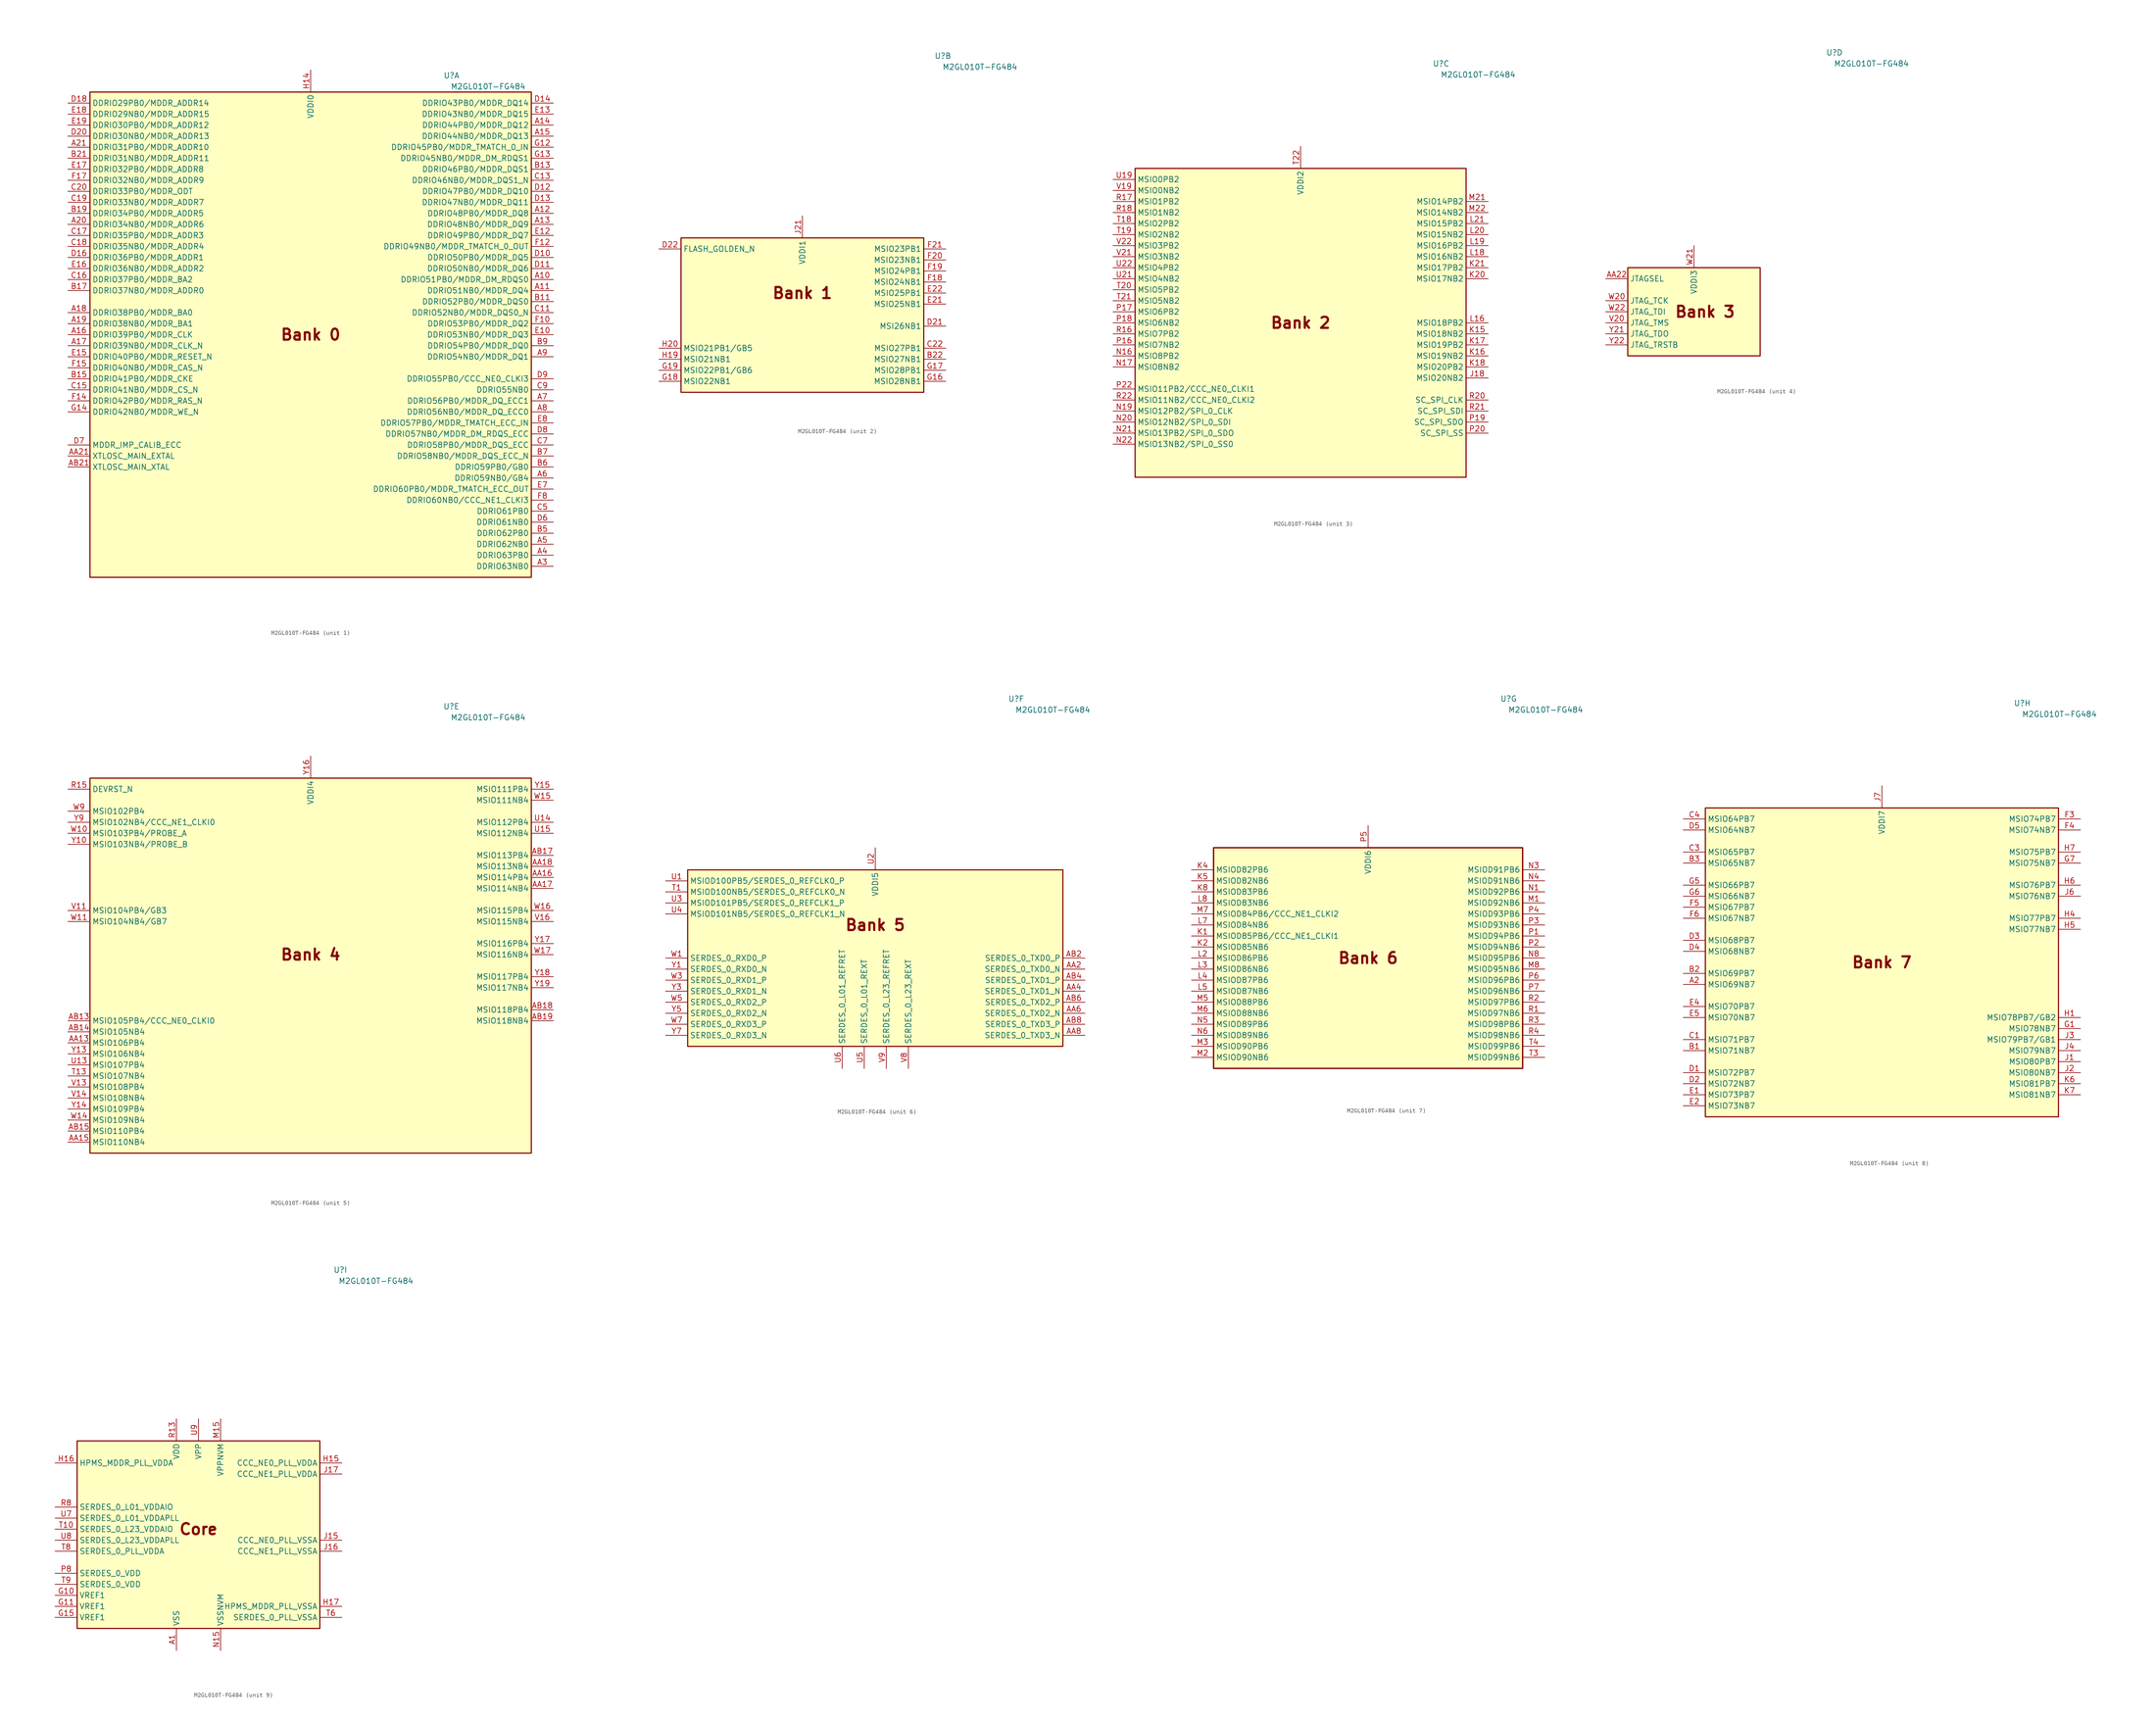
<source format=kicad_sym>
(kicad_symbol_lib
  (version 20231120)
  (generator "kicad_symbol_editor")
  (generator_version "8.0")
  (symbol "M2GL010T-FG484"
    (property "Reference" "U"
      (at 34.29 59.69 0)
      (effects (font (size 1.27 1.27)) (justify right)))
    (property "Value" "M2GL010T-FG484"
      (at 49.53 57.15 0)
      (effects (font (size 1.27 1.27)) (justify right)))
    (property "ki_locked" ""
      (at 0 0 0)
      (effects (font (size 1.27 1.27))))
    (symbol "M2GL010T-FG484_1_1"
      (rectangle (start -50.8 55.88) (end 50.8 -55.88) (stroke (width 0.254) (type default)) (fill (type background)))
      (text "Bank 0" (at 0 0 0) (effects (font (size 2.54 2.54) (bold yes))))
      (pin bidirectional line (at 55.88 12.7 180) (length 5.08) (name "DDRIO51PB0/MDDR_DM_RDQS0" (effects (font (size 1.27 1.27)))) (number "A10" (effects (font (size 1.27 1.27)))))
      (pin bidirectional line (at 55.88 10.16 180) (length 5.08) (name "DDRIO51NB0/MDDR_DQ4" (effects (font (size 1.27 1.27)))) (number "A11" (effects (font (size 1.27 1.27)))))
      (pin bidirectional line (at 55.88 27.94 180) (length 5.08) (name "DDRIO48PB0/MDDR_DQ8" (effects (font (size 1.27 1.27)))) (number "A12" (effects (font (size 1.27 1.27)))))
      (pin bidirectional line (at 55.88 25.4 180) (length 5.08) (name "DDRIO48NB0/MDDR_DQ9" (effects (font (size 1.27 1.27)))) (number "A13" (effects (font (size 1.27 1.27)))))
      (pin bidirectional line (at 55.88 48.26 180) (length 5.08) (name "DDRIO44PB0/MDDR_DQ12" (effects (font (size 1.27 1.27)))) (number "A14" (effects (font (size 1.27 1.27)))))
      (pin bidirectional line (at 55.88 45.72 180) (length 5.08) (name "DDRIO44NB0/MDDR_DQ13" (effects (font (size 1.27 1.27)))) (number "A15" (effects (font (size 1.27 1.27)))))
      (pin bidirectional line (at -55.88 0 0) (length 5.08) (name "DDRIO39PB0/MDDR_CLK" (effects (font (size 1.27 1.27)))) (number "A16" (effects (font (size 1.27 1.27)))))
      (pin bidirectional line (at -55.88 -2.54 0) (length 5.08) (name "DDRIO39NB0/MDDR_CLK_N" (effects (font (size 1.27 1.27)))) (number "A17" (effects (font (size 1.27 1.27)))))
      (pin bidirectional line (at -55.88 5.08 0) (length 5.08) (name "DDRIO38PB0/MDDR_BA0" (effects (font (size 1.27 1.27)))) (number "A18" (effects (font (size 1.27 1.27)))))
      (pin bidirectional line (at -55.88 2.54 0) (length 5.08) (name "DDRIO38NB0/MDDR_BA1" (effects (font (size 1.27 1.27)))) (number "A19" (effects (font (size 1.27 1.27)))))
      (pin bidirectional line (at -55.88 25.4 0) (length 5.08) (name "DDRIO34NB0/MDDR_ADDR6" (effects (font (size 1.27 1.27)))) (number "A20" (effects (font (size 1.27 1.27)))))
      (pin bidirectional line (at -55.88 43.18 0) (length 5.08) (name "DDRIO31PB0/MDDR_ADDR10" (effects (font (size 1.27 1.27)))) (number "A21" (effects (font (size 1.27 1.27)))))
      (pin bidirectional line (at 55.88 -53.34 180) (length 5.08) (name "DDRIO63NB0" (effects (font (size 1.27 1.27)))) (number "A3" (effects (font (size 1.27 1.27)))))
      (pin bidirectional line (at 55.88 -50.8 180) (length 5.08) (name "DDRIO63PB0" (effects (font (size 1.27 1.27)))) (number "A4" (effects (font (size 1.27 1.27)))))
      (pin bidirectional line (at 55.88 -48.26 180) (length 5.08) (name "DDRIO62NB0" (effects (font (size 1.27 1.27)))) (number "A5" (effects (font (size 1.27 1.27)))))
      (pin bidirectional line (at 55.88 -33.02 180) (length 5.08) (name "DDRIO59NB0/GB4" (effects (font (size 1.27 1.27)))) (number "A6" (effects (font (size 1.27 1.27)))))
      (pin bidirectional line (at 55.88 -15.24 180) (length 5.08) (name "DDRIO56PB0/MDDR_DQ_ECC1" (effects (font (size 1.27 1.27)))) (number "A7" (effects (font (size 1.27 1.27)))))
      (pin bidirectional line (at 55.88 -17.78 180) (length 5.08) (name "DDRIO56NB0/MDDR_DQ_ECC0" (effects (font (size 1.27 1.27)))) (number "A8" (effects (font (size 1.27 1.27)))))
      (pin bidirectional line (at 55.88 -5.08 180) (length 5.08) (name "DDRIO54NB0/MDDR_DQ1" (effects (font (size 1.27 1.27)))) (number "A9" (effects (font (size 1.27 1.27)))))
      (pin input line (at -55.88 -27.94 0) (length 5.08) (name "XTLOSC_MAIN_EXTAL" (effects (font (size 1.27 1.27)))) (number "AA21" (effects (font (size 1.27 1.27)))))
      (pin input line (at -55.88 -30.48 0) (length 5.08) (name "XTLOSC_MAIN_XTAL" (effects (font (size 1.27 1.27)))) (number "AB21" (effects (font (size 1.27 1.27)))))
      (pin bidirectional line (at 55.88 7.62 180) (length 5.08) (name "DDRIO52PB0/MDDR_DQS0" (effects (font (size 1.27 1.27)))) (number "B11" (effects (font (size 1.27 1.27)))))
      (pin passive line (at 0 60.96 270) (length 5.08) hide (name "VDDI0" (effects (font (size 1.27 1.27)))) (number "B12" (effects (font (size 1.27 1.27)))))
      (pin bidirectional line (at 55.88 38.1 180) (length 5.08) (name "DDRIO46PB0/MDDR_DQS1" (effects (font (size 1.27 1.27)))) (number "B13" (effects (font (size 1.27 1.27)))))
      (pin bidirectional line (at -55.88 -10.16 0) (length 5.08) (name "DDRIO41PB0/MDDR_CKE" (effects (font (size 1.27 1.27)))) (number "B15" (effects (font (size 1.27 1.27)))))
      (pin passive line (at 0 60.96 270) (length 5.08) hide (name "VDDI0" (effects (font (size 1.27 1.27)))) (number "B16" (effects (font (size 1.27 1.27)))))
      (pin bidirectional line (at -55.88 10.16 0) (length 5.08) (name "DDRIO37NB0/MDDR_ADDR0" (effects (font (size 1.27 1.27)))) (number "B17" (effects (font (size 1.27 1.27)))))
      (pin bidirectional line (at -55.88 27.94 0) (length 5.08) (name "DDRIO34PB0/MDDR_ADDR5" (effects (font (size 1.27 1.27)))) (number "B19" (effects (font (size 1.27 1.27)))))
      (pin passive line (at 0 60.96 270) (length 5.08) hide (name "VDDI0" (effects (font (size 1.27 1.27)))) (number "B20" (effects (font (size 1.27 1.27)))))
      (pin bidirectional line (at -55.88 40.64 0) (length 5.08) (name "DDRIO31NB0/MDDR_ADDR11" (effects (font (size 1.27 1.27)))) (number "B21" (effects (font (size 1.27 1.27)))))
      (pin bidirectional line (at 55.88 -45.72 180) (length 5.08) (name "DDRIO62PB0" (effects (font (size 1.27 1.27)))) (number "B5" (effects (font (size 1.27 1.27)))))
      (pin bidirectional line (at 55.88 -30.48 180) (length 5.08) (name "DDRIO59PB0/GB0" (effects (font (size 1.27 1.27)))) (number "B6" (effects (font (size 1.27 1.27)))))
      (pin bidirectional line (at 55.88 -27.94 180) (length 5.08) (name "DDRIO58NB0/MDDR_DQS_ECC_N" (effects (font (size 1.27 1.27)))) (number "B7" (effects (font (size 1.27 1.27)))))
      (pin passive line (at 0 60.96 270) (length 5.08) hide (name "VDDI0" (effects (font (size 1.27 1.27)))) (number "B8" (effects (font (size 1.27 1.27)))))
      (pin bidirectional line (at 55.88 -2.54 180) (length 5.08) (name "DDRIO54PB0/MDDR_DQ0" (effects (font (size 1.27 1.27)))) (number "B9" (effects (font (size 1.27 1.27)))))
      (pin passive line (at 0 60.96 270) (length 5.08) hide (name "VDDI0" (effects (font (size 1.27 1.27)))) (number "C10" (effects (font (size 1.27 1.27)))))
      (pin bidirectional line (at 55.88 5.08 180) (length 5.08) (name "DDRIO52NB0/MDDR_DQS0_N" (effects (font (size 1.27 1.27)))) (number "C11" (effects (font (size 1.27 1.27)))))
      (pin bidirectional line (at 55.88 35.56 180) (length 5.08) (name "DDRIO46NB0/MDDR_DQS1_N" (effects (font (size 1.27 1.27)))) (number "C13" (effects (font (size 1.27 1.27)))))
      (pin passive line (at 0 60.96 270) (length 5.08) hide (name "VDDI0" (effects (font (size 1.27 1.27)))) (number "C14" (effects (font (size 1.27 1.27)))))
      (pin bidirectional line (at -55.88 -12.7 0) (length 5.08) (name "DDRIO41NB0/MDDR_CS_N" (effects (font (size 1.27 1.27)))) (number "C15" (effects (font (size 1.27 1.27)))))
      (pin bidirectional line (at -55.88 12.7 0) (length 5.08) (name "DDRIO37PB0/MDDR_BA2" (effects (font (size 1.27 1.27)))) (number "C16" (effects (font (size 1.27 1.27)))))
      (pin bidirectional line (at -55.88 22.86 0) (length 5.08) (name "DDRIO35PB0/MDDR_ADDR3" (effects (font (size 1.27 1.27)))) (number "C17" (effects (font (size 1.27 1.27)))))
      (pin bidirectional line (at -55.88 20.32 0) (length 5.08) (name "DDRIO35NB0/MDDR_ADDR4" (effects (font (size 1.27 1.27)))) (number "C18" (effects (font (size 1.27 1.27)))))
      (pin bidirectional line (at -55.88 30.48 0) (length 5.08) (name "DDRIO33NB0/MDDR_ADDR7" (effects (font (size 1.27 1.27)))) (number "C19" (effects (font (size 1.27 1.27)))))
      (pin bidirectional line (at -55.88 33.02 0) (length 5.08) (name "DDRIO33PB0/MDDR_ODT" (effects (font (size 1.27 1.27)))) (number "C20" (effects (font (size 1.27 1.27)))))
      (pin bidirectional line (at 55.88 -40.64 180) (length 5.08) (name "DDRIO61PB0" (effects (font (size 1.27 1.27)))) (number "C5" (effects (font (size 1.27 1.27)))))
      (pin passive line (at 0 60.96 270) (length 5.08) hide (name "VDDI0" (effects (font (size 1.27 1.27)))) (number "C6" (effects (font (size 1.27 1.27)))))
      (pin bidirectional line (at 55.88 -25.4 180) (length 5.08) (name "DDRIO58PB0/MDDR_DQS_ECC" (effects (font (size 1.27 1.27)))) (number "C7" (effects (font (size 1.27 1.27)))))
      (pin bidirectional line (at 55.88 -12.7 180) (length 5.08) (name "DDRIO55NB0" (effects (font (size 1.27 1.27)))) (number "C9" (effects (font (size 1.27 1.27)))))
      (pin bidirectional line (at 55.88 17.78 180) (length 5.08) (name "DDRIO50PB0/MDDR_DQ5" (effects (font (size 1.27 1.27)))) (number "D10" (effects (font (size 1.27 1.27)))))
      (pin bidirectional line (at 55.88 15.24 180) (length 5.08) (name "DDRIO50NB0/MDDR_DQ6" (effects (font (size 1.27 1.27)))) (number "D11" (effects (font (size 1.27 1.27)))))
      (pin bidirectional line (at 55.88 33.02 180) (length 5.08) (name "DDRIO47PB0/MDDR_DQ10" (effects (font (size 1.27 1.27)))) (number "D12" (effects (font (size 1.27 1.27)))))
      (pin bidirectional line (at 55.88 30.48 180) (length 5.08) (name "DDRIO47NB0/MDDR_DQ11" (effects (font (size 1.27 1.27)))) (number "D13" (effects (font (size 1.27 1.27)))))
      (pin bidirectional line (at 55.88 53.34 180) (length 5.08) (name "DDRIO43PB0/MDDR_DQ14" (effects (font (size 1.27 1.27)))) (number "D14" (effects (font (size 1.27 1.27)))))
      (pin bidirectional line (at -55.88 17.78 0) (length 5.08) (name "DDRIO36PB0/MDDR_ADDR1" (effects (font (size 1.27 1.27)))) (number "D16" (effects (font (size 1.27 1.27)))))
      (pin passive line (at 0 60.96 270) (length 5.08) hide (name "VDDI0" (effects (font (size 1.27 1.27)))) (number "D17" (effects (font (size 1.27 1.27)))))
      (pin bidirectional line (at -55.88 53.34 0) (length 5.08) (name "DDRIO29PB0/MDDR_ADDR14" (effects (font (size 1.27 1.27)))) (number "D18" (effects (font (size 1.27 1.27)))))
      (pin bidirectional line (at -55.88 45.72 0) (length 5.08) (name "DDRIO30NB0/MDDR_ADDR13" (effects (font (size 1.27 1.27)))) (number "D20" (effects (font (size 1.27 1.27)))))
      (pin bidirectional line (at 55.88 -43.18 180) (length 5.08) (name "DDRIO61NB0" (effects (font (size 1.27 1.27)))) (number "D6" (effects (font (size 1.27 1.27)))))
      (pin input line (at -55.88 -25.4 0) (length 5.08) (name "MDDR_IMP_CALIB_ECC" (effects (font (size 1.27 1.27)))) (number "D7" (effects (font (size 1.27 1.27)))))
      (pin bidirectional line (at 55.88 -22.86 180) (length 5.08) (name "DDRIO57NB0/MDDR_DM_RDQS_ECC" (effects (font (size 1.27 1.27)))) (number "D8" (effects (font (size 1.27 1.27)))))
      (pin bidirectional line (at 55.88 -10.16 180) (length 5.08) (name "DDRIO55PB0/CCC_NE0_CLKI3" (effects (font (size 1.27 1.27)))) (number "D9" (effects (font (size 1.27 1.27)))))
      (pin bidirectional line (at 55.88 0 180) (length 5.08) (name "DDRIO53NB0/MDDR_DQ3" (effects (font (size 1.27 1.27)))) (number "E10" (effects (font (size 1.27 1.27)))))
      (pin passive line (at 0 60.96 270) (length 5.08) hide (name "VDDI0" (effects (font (size 1.27 1.27)))) (number "E11" (effects (font (size 1.27 1.27)))))
      (pin bidirectional line (at 55.88 22.86 180) (length 5.08) (name "DDRIO49PB0/MDDR_DQ7" (effects (font (size 1.27 1.27)))) (number "E12" (effects (font (size 1.27 1.27)))))
      (pin bidirectional line (at 55.88 50.8 180) (length 5.08) (name "DDRIO43NB0/MDDR_DQ15" (effects (font (size 1.27 1.27)))) (number "E13" (effects (font (size 1.27 1.27)))))
      (pin bidirectional line (at -55.88 -5.08 0) (length 5.08) (name "DDRIO40PB0/MDDR_RESET_N" (effects (font (size 1.27 1.27)))) (number "E15" (effects (font (size 1.27 1.27)))))
      (pin bidirectional line (at -55.88 15.24 0) (length 5.08) (name "DDRIO36NB0/MDDR_ADDR2" (effects (font (size 1.27 1.27)))) (number "E16" (effects (font (size 1.27 1.27)))))
      (pin bidirectional line (at -55.88 38.1 0) (length 5.08) (name "DDRIO32PB0/MDDR_ADDR8" (effects (font (size 1.27 1.27)))) (number "E17" (effects (font (size 1.27 1.27)))))
      (pin bidirectional line (at -55.88 50.8 0) (length 5.08) (name "DDRIO29NB0/MDDR_ADDR15" (effects (font (size 1.27 1.27)))) (number "E18" (effects (font (size 1.27 1.27)))))
      (pin bidirectional line (at -55.88 48.26 0) (length 5.08) (name "DDRIO30PB0/MDDR_ADDR12" (effects (font (size 1.27 1.27)))) (number "E19" (effects (font (size 1.27 1.27)))))
      (pin bidirectional line (at 55.88 -35.56 180) (length 5.08) (name "DDRIO60PB0/MDDR_TMATCH_ECC_OUT" (effects (font (size 1.27 1.27)))) (number "E7" (effects (font (size 1.27 1.27)))))
      (pin output line (at 55.88 -20.32 180) (length 5.08) (name "DDRIO57PB0/MDDR_TMATCH_ECC_IN" (effects (font (size 1.27 1.27)))) (number "E8" (effects (font (size 1.27 1.27)))))
      (pin bidirectional line (at 55.88 2.54 180) (length 5.08) (name "DDRIO53PB0/MDDR_DQ2" (effects (font (size 1.27 1.27)))) (number "F10" (effects (font (size 1.27 1.27)))))
      (pin bidirectional line (at 55.88 20.32 180) (length 5.08) (name "DDRIO49NB0/MDDR_TMATCH_0_OUT" (effects (font (size 1.27 1.27)))) (number "F12" (effects (font (size 1.27 1.27)))))
      (pin passive line (at 0 60.96 270) (length 5.08) hide (name "VDDI0" (effects (font (size 1.27 1.27)))) (number "F13" (effects (font (size 1.27 1.27)))))
      (pin bidirectional line (at -55.88 -15.24 0) (length 5.08) (name "DDRIO42PB0/MDDR_RAS_N" (effects (font (size 1.27 1.27)))) (number "F14" (effects (font (size 1.27 1.27)))))
      (pin bidirectional line (at -55.88 -7.62 0) (length 5.08) (name "DDRIO40NB0/MDDR_CAS_N" (effects (font (size 1.27 1.27)))) (number "F15" (effects (font (size 1.27 1.27)))))
      (pin bidirectional line (at -55.88 35.56 0) (length 5.08) (name "DDRIO32NB0/MDDR_ADDR9" (effects (font (size 1.27 1.27)))) (number "F17" (effects (font (size 1.27 1.27)))))
      (pin passive line (at 0 60.96 270) (length 5.08) hide (name "VDDI0" (effects (font (size 1.27 1.27)))) (number "F7" (effects (font (size 1.27 1.27)))))
      (pin bidirectional line (at 55.88 -38.1 180) (length 5.08) (name "DDRIO60NB0/CCC_NE1_CLKI3" (effects (font (size 1.27 1.27)))) (number "F8" (effects (font (size 1.27 1.27)))))
      (pin passive line (at 0 60.96 270) (length 5.08) hide (name "VDDI0" (effects (font (size 1.27 1.27)))) (number "F9" (effects (font (size 1.27 1.27)))))
      (pin bidirectional line (at 55.88 43.18 180) (length 5.08) (name "DDRIO45PB0/MDDR_TMATCH_0_IN" (effects (font (size 1.27 1.27)))) (number "G12" (effects (font (size 1.27 1.27)))))
      (pin bidirectional line (at 55.88 40.64 180) (length 5.08) (name "DDRIO45NB0/MDDR_DM_RDQS1" (effects (font (size 1.27 1.27)))) (number "G13" (effects (font (size 1.27 1.27)))))
      (pin bidirectional line (at -55.88 -17.78 0) (length 5.08) (name "DDRIO42NB0/MDDR_WE_N" (effects (font (size 1.27 1.27)))) (number "G14" (effects (font (size 1.27 1.27)))))
      (pin passive line (at 0 60.96 270) (length 5.08) hide (name "VDDI0" (effects (font (size 1.27 1.27)))) (number "H12" (effects (font (size 1.27 1.27)))))
      (pin power_in line (at 0 60.96 270) (length 5.08) (name "VDDI0" (effects (font (size 1.27 1.27)))) (number "H14" (effects (font (size 1.27 1.27))))))
    (symbol "M2GL010T-FG484_2_1"
      (rectangle (start -27.94 17.78) (end 27.94 -17.78) (stroke (width 0.254) (type default)) (fill (type background)))
      (text "Bank 1" (at 0 5.08 0) (effects (font (size 2.54 2.54) (bold yes))))
      (pin bidirectional line (at 33.02 -10.16 180) (length 5.08) (name "MSIO27NB1" (effects (font (size 1.27 1.27)))) (number "B22" (effects (font (size 1.27 1.27)))))
      (pin bidirectional line (at 33.02 -7.62 180) (length 5.08) (name "MSIO27PB1" (effects (font (size 1.27 1.27)))) (number "C22" (effects (font (size 1.27 1.27)))))
      (pin input line (at 33.02 -2.54 180) (length 5.08) (name "MSI26NB1" (effects (font (size 1.27 1.27)))) (number "D21" (effects (font (size 1.27 1.27)))))
      (pin input line (at -33.02 15.24 0) (length 5.08) (name "FLASH_GOLDEN_N" (effects (font (size 1.27 1.27)))) (number "D22" (effects (font (size 1.27 1.27)))))
      (pin passive line (at 0 22.86 270) (length 5.08) hide (name "VDDI1" (effects (font (size 1.27 1.27)))) (number "E20" (effects (font (size 1.27 1.27)))))
      (pin bidirectional line (at 33.02 2.54 180) (length 5.08) (name "MSIO25NB1" (effects (font (size 1.27 1.27)))) (number "E21" (effects (font (size 1.27 1.27)))))
      (pin bidirectional line (at 33.02 5.08 180) (length 5.08) (name "MSIO25PB1" (effects (font (size 1.27 1.27)))) (number "E22" (effects (font (size 1.27 1.27)))))
      (pin bidirectional line (at 33.02 7.62 180) (length 5.08) (name "MSIO24NB1" (effects (font (size 1.27 1.27)))) (number "F18" (effects (font (size 1.27 1.27)))))
      (pin bidirectional line (at 33.02 10.16 180) (length 5.08) (name "MSIO24PB1" (effects (font (size 1.27 1.27)))) (number "F19" (effects (font (size 1.27 1.27)))))
      (pin bidirectional line (at 33.02 12.7 180) (length 5.08) (name "MSIO23NB1" (effects (font (size 1.27 1.27)))) (number "F20" (effects (font (size 1.27 1.27)))))
      (pin bidirectional line (at 33.02 15.24 180) (length 5.08) (name "MSIO23PB1" (effects (font (size 1.27 1.27)))) (number "F21" (effects (font (size 1.27 1.27)))))
      (pin passive line (at 0 22.86 270) (length 5.08) hide (name "VDDI1" (effects (font (size 1.27 1.27)))) (number "F22" (effects (font (size 1.27 1.27)))))
      (pin bidirectional line (at 33.02 -15.24 180) (length 5.08) (name "MSIO28NB1" (effects (font (size 1.27 1.27)))) (number "G16" (effects (font (size 1.27 1.27)))))
      (pin bidirectional line (at 33.02 -12.7 180) (length 5.08) (name "MSIO28PB1" (effects (font (size 1.27 1.27)))) (number "G17" (effects (font (size 1.27 1.27)))))
      (pin bidirectional line (at -33.02 -15.24 0) (length 5.08) (name "MSIO22NB1" (effects (font (size 1.27 1.27)))) (number "G18" (effects (font (size 1.27 1.27)))))
      (pin bidirectional line (at -33.02 -12.7 0) (length 5.08) (name "MSIO22PB1/GB6" (effects (font (size 1.27 1.27)))) (number "G19" (effects (font (size 1.27 1.27)))))
      (pin no_connect line (at -25.4 -5.08 0) (length 5.08) hide (name "NC" (effects (font (size 1.27 1.27)))) (number "G21" (effects (font (size 1.27 1.27)))))
      (pin no_connect line (at -25.4 -2.54 0) (length 5.08) hide (name "NC" (effects (font (size 1.27 1.27)))) (number "G22" (effects (font (size 1.27 1.27)))))
      (pin passive line (at 0 22.86 270) (length 5.08) hide (name "VDDI1" (effects (font (size 1.27 1.27)))) (number "H18" (effects (font (size 1.27 1.27)))))
      (pin bidirectional line (at -33.02 -10.16 0) (length 5.08) (name "MSIO21NB1" (effects (font (size 1.27 1.27)))) (number "H19" (effects (font (size 1.27 1.27)))))
      (pin bidirectional line (at -33.02 -7.62 0) (length 5.08) (name "MSIO21PB1/GB5" (effects (font (size 1.27 1.27)))) (number "H20" (effects (font (size 1.27 1.27)))))
      (pin no_connect line (at -25.4 5.08 0) (length 5.08) hide (name "NC" (effects (font (size 1.27 1.27)))) (number "H21" (effects (font (size 1.27 1.27)))))
      (pin no_connect line (at -25.4 7.62 0) (length 5.08) hide (name "NC" (effects (font (size 1.27 1.27)))) (number "H22" (effects (font (size 1.27 1.27)))))
      (pin no_connect line (at -25.4 0 0) (length 5.08) hide (name "NC" (effects (font (size 1.27 1.27)))) (number "J19" (effects (font (size 1.27 1.27)))))
      (pin no_connect line (at -25.4 2.54 0) (length 5.08) hide (name "NC" (effects (font (size 1.27 1.27)))) (number "J20" (effects (font (size 1.27 1.27)))))
      (pin power_in line (at 0 22.86 270) (length 5.08) (name "VDDI1" (effects (font (size 1.27 1.27)))) (number "J21" (effects (font (size 1.27 1.27))))))
    (symbol "M2GL010T-FG484_3_1"
      (rectangle (start -38.1 35.56) (end 38.1 -35.56) (stroke (width 0.254) (type default)) (fill (type background)))
      (text "Bank 2" (at 0 0 0) (effects (font (size 2.54 2.54) (bold yes))))
      (pin bidirectional line (at 43.18 -12.7 180) (length 5.08) (name "MSIO20NB2" (effects (font (size 1.27 1.27)))) (number "J18" (effects (font (size 1.27 1.27)))))
      (pin bidirectional line (at 36.83 5.08 180) (length 5.08) hide (name "NC" (effects (font (size 1.27 1.27)))) (number "J22" (effects (font (size 1.27 1.27)))))
      (pin bidirectional line (at 43.18 -2.54 180) (length 5.08) (name "MSIO18NB2" (effects (font (size 1.27 1.27)))) (number "K15" (effects (font (size 1.27 1.27)))))
      (pin bidirectional line (at 43.18 -7.62 180) (length 5.08) (name "MSIO19NB2" (effects (font (size 1.27 1.27)))) (number "K16" (effects (font (size 1.27 1.27)))))
      (pin bidirectional line (at 43.18 -5.08 180) (length 5.08) (name "MSIO19PB2" (effects (font (size 1.27 1.27)))) (number "K17" (effects (font (size 1.27 1.27)))))
      (pin bidirectional line (at 43.18 -10.16 180) (length 5.08) (name "MSIO20PB2" (effects (font (size 1.27 1.27)))) (number "K18" (effects (font (size 1.27 1.27)))))
      (pin bidirectional line (at 43.18 10.16 180) (length 5.08) (name "MSIO17NB2" (effects (font (size 1.27 1.27)))) (number "K20" (effects (font (size 1.27 1.27)))))
      (pin bidirectional line (at 43.18 12.7 180) (length 5.08) (name "MSIO17PB2" (effects (font (size 1.27 1.27)))) (number "K21" (effects (font (size 1.27 1.27)))))
      (pin bidirectional line (at 36.83 7.62 180) (length 5.08) hide (name "NC" (effects (font (size 1.27 1.27)))) (number "K22" (effects (font (size 1.27 1.27)))))
      (pin bidirectional line (at 43.18 0 180) (length 5.08) (name "MSIO18PB2" (effects (font (size 1.27 1.27)))) (number "L16" (effects (font (size 1.27 1.27)))))
      (pin passive line (at 0 40.64 270) (length 5.08) hide (name "VDDI2" (effects (font (size 1.27 1.27)))) (number "L17" (effects (font (size 1.27 1.27)))))
      (pin bidirectional line (at 43.18 15.24 180) (length 5.08) (name "MSIO16NB2" (effects (font (size 1.27 1.27)))) (number "L18" (effects (font (size 1.27 1.27)))))
      (pin bidirectional line (at 43.18 17.78 180) (length 5.08) (name "MSIO16PB2" (effects (font (size 1.27 1.27)))) (number "L19" (effects (font (size 1.27 1.27)))))
      (pin bidirectional line (at 43.18 20.32 180) (length 5.08) (name "MSIO15NB2" (effects (font (size 1.27 1.27)))) (number "L20" (effects (font (size 1.27 1.27)))))
      (pin bidirectional line (at 43.18 22.86 180) (length 5.08) (name "MSIO15PB2" (effects (font (size 1.27 1.27)))) (number "L21" (effects (font (size 1.27 1.27)))))
      (pin no_connect line (at -34.29 -30.48 0) (length 5.08) hide (name "NC" (effects (font (size 1.27 1.27)))) (number "M16" (effects (font (size 1.27 1.27)))))
      (pin no_connect line (at -34.29 -33.02 0) (length 5.08) hide (name "NC" (effects (font (size 1.27 1.27)))) (number "M17" (effects (font (size 1.27 1.27)))))
      (pin no_connect line (at 35.56 33.02 180) (length 5.08) hide (name "NC" (effects (font (size 1.27 1.27)))) (number "M18" (effects (font (size 1.27 1.27)))))
      (pin no_connect line (at 35.56 30.48 180) (length 5.08) hide (name "NC" (effects (font (size 1.27 1.27)))) (number "M19" (effects (font (size 1.27 1.27)))))
      (pin passive line (at 0 40.64 270) (length 5.08) hide (name "VDDI2" (effects (font (size 1.27 1.27)))) (number "M20" (effects (font (size 1.27 1.27)))))
      (pin bidirectional line (at 43.18 27.94 180) (length 5.08) (name "MSIO14PB2" (effects (font (size 1.27 1.27)))) (number "M21" (effects (font (size 1.27 1.27)))))
      (pin bidirectional line (at 43.18 25.4 180) (length 5.08) (name "MSIO14NB2" (effects (font (size 1.27 1.27)))) (number "M22" (effects (font (size 1.27 1.27)))))
      (pin bidirectional line (at -43.18 -7.62 0) (length 5.08) (name "MSIO8PB2" (effects (font (size 1.27 1.27)))) (number "N16" (effects (font (size 1.27 1.27)))))
      (pin bidirectional line (at -43.18 -10.16 0) (length 5.08) (name "MSIO8NB2" (effects (font (size 1.27 1.27)))) (number "N17" (effects (font (size 1.27 1.27)))))
      (pin bidirectional line (at -43.18 -20.32 0) (length 5.08) (name "MSIO12PB2/SPI_0_CLK" (effects (font (size 1.27 1.27)))) (number "N19" (effects (font (size 1.27 1.27)))))
      (pin bidirectional line (at -43.18 -22.86 0) (length 5.08) (name "MSIO12NB2/SPI_0_SDI" (effects (font (size 1.27 1.27)))) (number "N20" (effects (font (size 1.27 1.27)))))
      (pin bidirectional line (at -43.18 -25.4 0) (length 5.08) (name "MSIO13PB2/SPI_0_SDO" (effects (font (size 1.27 1.27)))) (number "N21" (effects (font (size 1.27 1.27)))))
      (pin bidirectional line (at -43.18 -27.94 0) (length 5.08) (name "MSIO13NB2/SPI_0_SS0" (effects (font (size 1.27 1.27)))) (number "N22" (effects (font (size 1.27 1.27)))))
      (pin bidirectional line (at -43.18 -5.08 0) (length 5.08) (name "MSIO7NB2" (effects (font (size 1.27 1.27)))) (number "P16" (effects (font (size 1.27 1.27)))))
      (pin bidirectional line (at -43.18 2.54 0) (length 5.08) (name "MSIO6PB2" (effects (font (size 1.27 1.27)))) (number "P17" (effects (font (size 1.27 1.27)))))
      (pin bidirectional line (at -43.18 0 0) (length 5.08) (name "MSIO6NB2" (effects (font (size 1.27 1.27)))) (number "P18" (effects (font (size 1.27 1.27)))))
      (pin output line (at 43.18 -22.86 180) (length 5.08) (name "SC_SPI_SDO" (effects (font (size 1.27 1.27)))) (number "P19" (effects (font (size 1.27 1.27)))))
      (pin output line (at 43.18 -25.4 180) (length 5.08) (name "SC_SPI_SS" (effects (font (size 1.27 1.27)))) (number "P20" (effects (font (size 1.27 1.27)))))
      (pin bidirectional line (at -43.18 -15.24 0) (length 5.08) (name "MSIO11PB2/CCC_NE0_CLKI1" (effects (font (size 1.27 1.27)))) (number "P22" (effects (font (size 1.27 1.27)))))
      (pin bidirectional line (at -43.18 -2.54 0) (length 5.08) (name "MSIO7PB2" (effects (font (size 1.27 1.27)))) (number "R16" (effects (font (size 1.27 1.27)))))
      (pin bidirectional line (at -43.18 27.94 0) (length 5.08) (name "MSIO1PB2" (effects (font (size 1.27 1.27)))) (number "R17" (effects (font (size 1.27 1.27)))))
      (pin bidirectional line (at -43.18 25.4 0) (length 5.08) (name "MSIO1NB2" (effects (font (size 1.27 1.27)))) (number "R18" (effects (font (size 1.27 1.27)))))
      (pin passive line (at 0 40.64 270) (length 5.08) hide (name "VDDI2" (effects (font (size 1.27 1.27)))) (number "R19" (effects (font (size 1.27 1.27)))))
      (pin output line (at 43.18 -17.78 180) (length 5.08) (name "SC_SPI_CLK" (effects (font (size 1.27 1.27)))) (number "R20" (effects (font (size 1.27 1.27)))))
      (pin input line (at 43.18 -20.32 180) (length 5.08) (name "SC_SPI_SDI" (effects (font (size 1.27 1.27)))) (number "R21" (effects (font (size 1.27 1.27)))))
      (pin bidirectional line (at -43.18 -17.78 0) (length 5.08) (name "MSIO11NB2/CCC_NE0_CLKI2" (effects (font (size 1.27 1.27)))) (number "R22" (effects (font (size 1.27 1.27)))))
      (pin bidirectional line (at -43.18 22.86 0) (length 5.08) (name "MSIO2PB2" (effects (font (size 1.27 1.27)))) (number "T18" (effects (font (size 1.27 1.27)))))
      (pin bidirectional line (at -43.18 20.32 0) (length 5.08) (name "MSIO2NB2" (effects (font (size 1.27 1.27)))) (number "T19" (effects (font (size 1.27 1.27)))))
      (pin bidirectional line (at -43.18 7.62 0) (length 5.08) (name "MSIO5PB2" (effects (font (size 1.27 1.27)))) (number "T20" (effects (font (size 1.27 1.27)))))
      (pin bidirectional line (at -43.18 5.08 0) (length 5.08) (name "MSIO5NB2" (effects (font (size 1.27 1.27)))) (number "T21" (effects (font (size 1.27 1.27)))))
      (pin power_in line (at 0 40.64 270) (length 5.08) (name "VDDI2" (effects (font (size 1.27 1.27)))) (number "T22" (effects (font (size 1.27 1.27)))))
      (pin bidirectional line (at -43.18 33.02 0) (length 5.08) (name "MSIO0PB2" (effects (font (size 1.27 1.27)))) (number "U19" (effects (font (size 1.27 1.27)))))
      (pin bidirectional line (at -43.18 10.16 0) (length 5.08) (name "MSIO4NB2" (effects (font (size 1.27 1.27)))) (number "U21" (effects (font (size 1.27 1.27)))))
      (pin bidirectional line (at -43.18 12.7 0) (length 5.08) (name "MSIO4PB2" (effects (font (size 1.27 1.27)))) (number "U22" (effects (font (size 1.27 1.27)))))
      (pin bidirectional line (at -43.18 30.48 0) (length 5.08) (name "MSIO0NB2" (effects (font (size 1.27 1.27)))) (number "V19" (effects (font (size 1.27 1.27)))))
      (pin bidirectional line (at -43.18 15.24 0) (length 5.08) (name "MSIO3NB2" (effects (font (size 1.27 1.27)))) (number "V21" (effects (font (size 1.27 1.27)))))
      (pin bidirectional line (at -43.18 17.78 0) (length 5.08) (name "MSIO3PB2" (effects (font (size 1.27 1.27)))) (number "V22" (effects (font (size 1.27 1.27))))))
    (symbol "M2GL010T-FG484_4_1"
      (rectangle (start -15.24 10.16) (end 15.24 -10.16) (stroke (width 0.254) (type default)) (fill (type background)))
      (text "Bank 3" (at 2.54 0 0) (effects (font (size 2.54 2.54) (bold yes))))
      (pin input line (at -20.32 7.62 0) (length 5.08) (name "JTAGSEL" (effects (font (size 1.27 1.27)))) (number "AA22" (effects (font (size 1.27 1.27)))))
      (pin input line (at -20.32 -2.54 0) (length 5.08) (name "JTAG_TMS" (effects (font (size 1.27 1.27)))) (number "V20" (effects (font (size 1.27 1.27)))))
      (pin input line (at -20.32 2.54 0) (length 5.08) (name "JTAG_TCK" (effects (font (size 1.27 1.27)))) (number "W20" (effects (font (size 1.27 1.27)))))
      (pin power_in line (at 0 15.24 270) (length 5.08) (name "VDDI3" (effects (font (size 1.27 1.27)))) (number "W21" (effects (font (size 1.27 1.27)))))
      (pin input line (at -20.32 0 0) (length 5.08) (name "JTAG_TDI" (effects (font (size 1.27 1.27)))) (number "W22" (effects (font (size 1.27 1.27)))))
      (pin output line (at -20.32 -5.08 0) (length 5.08) (name "JTAG_TDO" (effects (font (size 1.27 1.27)))) (number "Y21" (effects (font (size 1.27 1.27)))))
      (pin input line (at -20.32 -7.62 0) (length 5.08) (name "JTAG_TRSTB" (effects (font (size 1.27 1.27)))) (number "Y22" (effects (font (size 1.27 1.27))))))
    (symbol "M2GL010T-FG484_5_1"
      (rectangle (start -50.8 43.18) (end 50.8 -43.18) (stroke (width 0.254) (type default)) (fill (type background)))
      (text "Bank 4" (at 0 2.54 0) (effects (font (size 2.54 2.54) (bold yes))))
      (pin no_connect line (at -46.99 25.4 0) (length 5.08) hide (name "NC" (effects (font (size 1.27 1.27)))) (number "AA10" (effects (font (size 1.27 1.27)))))
      (pin no_connect line (at -46.99 7.62 0) (length 5.08) hide (name "NC" (effects (font (size 1.27 1.27)))) (number "AA11" (effects (font (size 1.27 1.27)))))
      (pin no_connect line (at -46.99 2.54 0) (length 5.08) hide (name "NC" (effects (font (size 1.27 1.27)))) (number "AA12" (effects (font (size 1.27 1.27)))))
      (pin bidirectional line (at -55.88 -17.78 0) (length 5.08) (name "MSIO106PB4" (effects (font (size 1.27 1.27)))) (number "AA13" (effects (font (size 1.27 1.27)))))
      (pin bidirectional line (at -55.88 -40.64 0) (length 5.08) (name "MSIO110NB4" (effects (font (size 1.27 1.27)))) (number "AA15" (effects (font (size 1.27 1.27)))))
      (pin bidirectional line (at 55.88 20.32 180) (length 5.08) (name "MSIO114PB4" (effects (font (size 1.27 1.27)))) (number "AA16" (effects (font (size 1.27 1.27)))))
      (pin bidirectional line (at 55.88 17.78 180) (length 5.08) (name "MSIO114NB4" (effects (font (size 1.27 1.27)))) (number "AA17" (effects (font (size 1.27 1.27)))))
      (pin bidirectional line (at 55.88 22.86 180) (length 5.08) (name "MSIO113NB4" (effects (font (size 1.27 1.27)))) (number "AA18" (effects (font (size 1.27 1.27)))))
      (pin passive line (at 0 48.26 270) (length 5.08) hide (name "VDDI4" (effects (font (size 1.27 1.27)))) (number "AA19" (effects (font (size 1.27 1.27)))))
      (pin no_connect line (at -46.99 22.86 0) (length 5.08) hide (name "NC" (effects (font (size 1.27 1.27)))) (number "AB10" (effects (font (size 1.27 1.27)))))
      (pin no_connect line (at -46.99 5.08 0) (length 5.08) hide (name "NC" (effects (font (size 1.27 1.27)))) (number "AB11" (effects (font (size 1.27 1.27)))))
      (pin passive line (at 0 48.26 270) (length 5.08) hide (name "VDDI4" (effects (font (size 1.27 1.27)))) (number "AB12" (effects (font (size 1.27 1.27)))))
      (pin bidirectional line (at -55.88 -12.7 0) (length 5.08) (name "MSIO105PB4/CCC_NE0_CLKI0" (effects (font (size 1.27 1.27)))) (number "AB13" (effects (font (size 1.27 1.27)))))
      (pin bidirectional line (at -55.88 -15.24 0) (length 5.08) (name "MSIO105NB4" (effects (font (size 1.27 1.27)))) (number "AB14" (effects (font (size 1.27 1.27)))))
      (pin bidirectional line (at -55.88 -38.1 0) (length 5.08) (name "MSIO110PB4" (effects (font (size 1.27 1.27)))) (number "AB15" (effects (font (size 1.27 1.27)))))
      (pin bidirectional line (at 55.88 25.4 180) (length 5.08) (name "MSIO113PB4" (effects (font (size 1.27 1.27)))) (number "AB17" (effects (font (size 1.27 1.27)))))
      (pin bidirectional line (at 55.88 -10.16 180) (length 5.08) (name "MSIO118PB4" (effects (font (size 1.27 1.27)))) (number "AB18" (effects (font (size 1.27 1.27)))))
      (pin bidirectional line (at 55.88 -12.7 180) (length 5.08) (name "MSIO118NB4" (effects (font (size 1.27 1.27)))) (number "AB19" (effects (font (size 1.27 1.27)))))
      (pin input line (at -55.88 40.64 0) (length 5.08) (name "DEVRST_N" (effects (font (size 1.27 1.27)))) (number "R15" (effects (font (size 1.27 1.27)))))
      (pin bidirectional line (at -55.88 -25.4 0) (length 5.08) (name "MSIO107NB4" (effects (font (size 1.27 1.27)))) (number "T13" (effects (font (size 1.27 1.27)))))
      (pin passive line (at 0 48.26 270) (length 5.08) hide (name "VDDI4" (effects (font (size 1.27 1.27)))) (number "T14" (effects (font (size 1.27 1.27)))))
      (pin no_connect line (at 46.99 -20.32 180) (length 5.08) hide (name "NC" (effects (font (size 1.27 1.27)))) (number "T16" (effects (font (size 1.27 1.27)))))
      (pin no_connect line (at -46.99 20.32 0) (length 5.08) hide (name "NC" (effects (font (size 1.27 1.27)))) (number "U10" (effects (font (size 1.27 1.27)))))
      (pin no_connect line (at -46.99 17.78 0) (length 5.08) hide (name "NC" (effects (font (size 1.27 1.27)))) (number "U11" (effects (font (size 1.27 1.27)))))
      (pin bidirectional line (at -55.88 -22.86 0) (length 5.08) (name "MSIO107PB4" (effects (font (size 1.27 1.27)))) (number "U13" (effects (font (size 1.27 1.27)))))
      (pin bidirectional line (at 55.88 33.02 180) (length 5.08) (name "MSIO112PB4" (effects (font (size 1.27 1.27)))) (number "U14" (effects (font (size 1.27 1.27)))))
      (pin bidirectional line (at 55.88 30.48 180) (length 5.08) (name "MSIO112NB4" (effects (font (size 1.27 1.27)))) (number "U15" (effects (font (size 1.27 1.27)))))
      (pin no_connect line (at 46.99 -17.78 180) (length 5.08) hide (name "NC" (effects (font (size 1.27 1.27)))) (number "U16" (effects (font (size 1.27 1.27)))))
      (pin no_connect line (at 46.99 -25.4 180) (length 5.08) hide (name "NC" (effects (font (size 1.27 1.27)))) (number "U17" (effects (font (size 1.27 1.27)))))
      (pin no_connect line (at 46.99 -40.64 180) (length 5.08) hide (name "NC" (effects (font (size 1.27 1.27)))) (number "U18" (effects (font (size 1.27 1.27)))))
      (pin passive line (at 0 48.26 270) (length 5.08) hide (name "VDDI4" (effects (font (size 1.27 1.27)))) (number "V10" (effects (font (size 1.27 1.27)))))
      (pin bidirectional line (at -55.88 12.7 0) (length 5.08) (name "MSIO104PB4/GB3" (effects (font (size 1.27 1.27)))) (number "V11" (effects (font (size 1.27 1.27)))))
      (pin no_connect line (at -46.99 -7.62 0) (length 5.08) hide (name "NC" (effects (font (size 1.27 1.27)))) (number "V12" (effects (font (size 1.27 1.27)))))
      (pin bidirectional line (at -55.88 -27.94 0) (length 5.08) (name "MSIO108PB4" (effects (font (size 1.27 1.27)))) (number "V13" (effects (font (size 1.27 1.27)))))
      (pin bidirectional line (at -55.88 -30.48 0) (length 5.08) (name "MSIO108NB4" (effects (font (size 1.27 1.27)))) (number "V14" (effects (font (size 1.27 1.27)))))
      (pin bidirectional line (at 55.88 10.16 180) (length 5.08) (name "MSIO115NB4" (effects (font (size 1.27 1.27)))) (number "V16" (effects (font (size 1.27 1.27)))))
      (pin no_connect line (at 46.99 -22.86 180) (length 5.08) hide (name "NC" (effects (font (size 1.27 1.27)))) (number "V17" (effects (font (size 1.27 1.27)))))
      (pin no_connect line (at 46.99 -38.1 180) (length 5.08) hide (name "NC" (effects (font (size 1.27 1.27)))) (number "V18" (effects (font (size 1.27 1.27)))))
      (pin bidirectional line (at -55.88 30.48 0) (length 5.08) (name "MSIO103PB4/PROBE_A" (effects (font (size 1.27 1.27)))) (number "W10" (effects (font (size 1.27 1.27)))))
      (pin bidirectional line (at -55.88 10.16 0) (length 5.08) (name "MSIO104NB4/GB7" (effects (font (size 1.27 1.27)))) (number "W11" (effects (font (size 1.27 1.27)))))
      (pin no_connect line (at -46.99 -5.08 0) (length 5.08) hide (name "NC" (effects (font (size 1.27 1.27)))) (number "W12" (effects (font (size 1.27 1.27)))))
      (pin passive line (at 0 48.26 270) (length 5.08) hide (name "VDDI4" (effects (font (size 1.27 1.27)))) (number "W13" (effects (font (size 1.27 1.27)))))
      (pin bidirectional line (at -55.88 -35.56 0) (length 5.08) (name "MSIO109NB4" (effects (font (size 1.27 1.27)))) (number "W14" (effects (font (size 1.27 1.27)))))
      (pin bidirectional line (at 55.88 38.1 180) (length 5.08) (name "MSIO111NB4" (effects (font (size 1.27 1.27)))) (number "W15" (effects (font (size 1.27 1.27)))))
      (pin bidirectional line (at 55.88 12.7 180) (length 5.08) (name "MSIO115PB4" (effects (font (size 1.27 1.27)))) (number "W16" (effects (font (size 1.27 1.27)))))
      (pin bidirectional line (at 55.88 2.54 180) (length 5.08) (name "MSIO116NB4" (effects (font (size 1.27 1.27)))) (number "W17" (effects (font (size 1.27 1.27)))))
      (pin no_connect line (at 46.99 -33.02 180) (length 5.08) hide (name "NC" (effects (font (size 1.27 1.27)))) (number "W19" (effects (font (size 1.27 1.27)))))
      (pin bidirectional line (at -55.88 35.56 0) (length 5.08) (name "MSIO102PB4" (effects (font (size 1.27 1.27)))) (number "W9" (effects (font (size 1.27 1.27)))))
      (pin bidirectional line (at -55.88 27.94 0) (length 5.08) (name "MSIO103NB4/PROBE_B" (effects (font (size 1.27 1.27)))) (number "Y10" (effects (font (size 1.27 1.27)))))
      (pin no_connect line (at -46.99 0 0) (length 5.08) hide (name "NC" (effects (font (size 1.27 1.27)))) (number "Y12" (effects (font (size 1.27 1.27)))))
      (pin bidirectional line (at -55.88 -20.32 0) (length 5.08) (name "MSIO106NB4" (effects (font (size 1.27 1.27)))) (number "Y13" (effects (font (size 1.27 1.27)))))
      (pin bidirectional line (at -55.88 -33.02 0) (length 5.08) (name "MSIO109PB4" (effects (font (size 1.27 1.27)))) (number "Y14" (effects (font (size 1.27 1.27)))))
      (pin bidirectional line (at 55.88 40.64 180) (length 5.08) (name "MSIO111PB4" (effects (font (size 1.27 1.27)))) (number "Y15" (effects (font (size 1.27 1.27)))))
      (pin power_in line (at 0 48.26 270) (length 5.08) (name "VDDI4" (effects (font (size 1.27 1.27)))) (number "Y16" (effects (font (size 1.27 1.27)))))
      (pin bidirectional line (at 55.88 5.08 180) (length 5.08) (name "MSIO116PB4" (effects (font (size 1.27 1.27)))) (number "Y17" (effects (font (size 1.27 1.27)))))
      (pin bidirectional line (at 55.88 -2.54 180) (length 5.08) (name "MSIO117PB4" (effects (font (size 1.27 1.27)))) (number "Y18" (effects (font (size 1.27 1.27)))))
      (pin bidirectional line (at 55.88 -5.08 180) (length 5.08) (name "MSIO117NB4" (effects (font (size 1.27 1.27)))) (number "Y19" (effects (font (size 1.27 1.27)))))
      (pin no_connect line (at 46.99 -30.48 180) (length 5.08) hide (name "NC" (effects (font (size 1.27 1.27)))) (number "Y20" (effects (font (size 1.27 1.27)))))
      (pin bidirectional line (at -55.88 33.02 0) (length 5.08) (name "MSIO102NB4/CCC_NE1_CLKI0" (effects (font (size 1.27 1.27)))) (number "Y9" (effects (font (size 1.27 1.27))))))
    (symbol "M2GL010T-FG484_6_1"
      (rectangle (start -43.18 20.32) (end 43.18 -20.32) (stroke (width 0.254) (type default)) (fill (type background)))
      (text "Bank 5" (at 0 7.62 0) (effects (font (size 2.54 2.54) (bold yes))))
      (pin output line (at 48.26 -2.54 180) (length 5.08) (name "SERDES_0_TXD0_N" (effects (font (size 1.27 1.27)))) (number "AA2" (effects (font (size 1.27 1.27)))))
      (pin output line (at 48.26 -7.62 180) (length 5.08) (name "SERDES_0_TXD1_N" (effects (font (size 1.27 1.27)))) (number "AA4" (effects (font (size 1.27 1.27)))))
      (pin output line (at 48.26 -12.7 180) (length 5.08) (name "SERDES_0_TXD2_N" (effects (font (size 1.27 1.27)))) (number "AA6" (effects (font (size 1.27 1.27)))))
      (pin output line (at 48.26 -17.78 180) (length 5.08) (name "SERDES_0_TXD3_N" (effects (font (size 1.27 1.27)))) (number "AA8" (effects (font (size 1.27 1.27)))))
      (pin output line (at 48.26 0 180) (length 5.08) (name "SERDES_0_TXD0_P" (effects (font (size 1.27 1.27)))) (number "AB2" (effects (font (size 1.27 1.27)))))
      (pin output line (at 48.26 -5.08 180) (length 5.08) (name "SERDES_0_TXD1_P" (effects (font (size 1.27 1.27)))) (number "AB4" (effects (font (size 1.27 1.27)))))
      (pin output line (at 48.26 -10.16 180) (length 5.08) (name "SERDES_0_TXD2_P" (effects (font (size 1.27 1.27)))) (number "AB6" (effects (font (size 1.27 1.27)))))
      (pin output line (at 48.26 -15.24 180) (length 5.08) (name "SERDES_0_TXD3_P" (effects (font (size 1.27 1.27)))) (number "AB8" (effects (font (size 1.27 1.27)))))
      (pin bidirectional line (at -48.26 15.24 0) (length 5.08) (name "MSIOD100NB5/SERDES_0_REFCLK0_N" (effects (font (size 1.27 1.27)))) (number "T1" (effects (font (size 1.27 1.27)))))
      (pin bidirectional line (at -48.26 17.78 0) (length 5.08) (name "MSIOD100PB5/SERDES_0_REFCLK0_P" (effects (font (size 1.27 1.27)))) (number "U1" (effects (font (size 1.27 1.27)))))
      (pin power_in line (at 0 25.4 270) (length 5.08) (name "VDDI5" (effects (font (size 1.27 1.27)))) (number "U2" (effects (font (size 1.27 1.27)))))
      (pin bidirectional line (at -48.26 12.7 0) (length 5.08) (name "MSIOD101PB5/SERDES_0_REFCLK1_P" (effects (font (size 1.27 1.27)))) (number "U3" (effects (font (size 1.27 1.27)))))
      (pin bidirectional line (at -48.26 10.16 0) (length 5.08) (name "MSIOD101NB5/SERDES_0_REFCLK1_N" (effects (font (size 1.27 1.27)))) (number "U4" (effects (font (size 1.27 1.27)))))
      (pin power_in line (at -2.54 -25.4 90) (length 5.08) (name "SERDES_0_L01_REXT" (effects (font (size 1.27 1.27)))) (number "U5" (effects (font (size 1.27 1.27)))))
      (pin power_in line (at -7.62 -25.4 90) (length 5.08) (name "SERDES_0_L01_REFRET" (effects (font (size 1.27 1.27)))) (number "U6" (effects (font (size 1.27 1.27)))))
      (pin power_in line (at 7.62 -25.4 90) (length 5.08) (name "SERDES_0_L23_REXT" (effects (font (size 1.27 1.27)))) (number "V8" (effects (font (size 1.27 1.27)))))
      (pin power_in line (at 2.54 -25.4 90) (length 5.08) (name "SERDES_0_L23_REFRET" (effects (font (size 1.27 1.27)))) (number "V9" (effects (font (size 1.27 1.27)))))
      (pin input line (at -48.26 0 0) (length 5.08) (name "SERDES_0_RXD0_P" (effects (font (size 1.27 1.27)))) (number "W1" (effects (font (size 1.27 1.27)))))
      (pin input line (at -48.26 -5.08 0) (length 5.08) (name "SERDES_0_RXD1_P" (effects (font (size 1.27 1.27)))) (number "W3" (effects (font (size 1.27 1.27)))))
      (pin input line (at -48.26 -10.16 0) (length 5.08) (name "SERDES_0_RXD2_P" (effects (font (size 1.27 1.27)))) (number "W5" (effects (font (size 1.27 1.27)))))
      (pin input line (at -48.26 -15.24 0) (length 5.08) (name "SERDES_0_RXD3_P" (effects (font (size 1.27 1.27)))) (number "W7" (effects (font (size 1.27 1.27)))))
      (pin input line (at -48.26 -2.54 0) (length 5.08) (name "SERDES_0_RXD0_N" (effects (font (size 1.27 1.27)))) (number "Y1" (effects (font (size 1.27 1.27)))))
      (pin input line (at -48.26 -7.62 0) (length 5.08) (name "SERDES_0_RXD1_N" (effects (font (size 1.27 1.27)))) (number "Y3" (effects (font (size 1.27 1.27)))))
      (pin input line (at -48.26 -12.7 0) (length 5.08) (name "SERDES_0_RXD2_N" (effects (font (size 1.27 1.27)))) (number "Y5" (effects (font (size 1.27 1.27)))))
      (pin input line (at -48.26 -17.78 0) (length 5.08) (name "SERDES_0_RXD3_N" (effects (font (size 1.27 1.27)))) (number "Y7" (effects (font (size 1.27 1.27))))))
    (symbol "M2GL010T-FG484_7_1"
      (rectangle (start -35.56 25.4) (end 35.56 -25.4) (stroke (width 0.305) (type default)) (fill (type background)))
      (text "Bank 6" (at 0 0 0) (effects (font (size 2.54 2.54) (bold yes))))
      (pin bidirectional line (at -40.64 5.08 0) (length 5.08) (name "MSIOD85PB6/CCC_NE1_CLKI1" (effects (font (size 1.27 1.27)))) (number "K1" (effects (font (size 1.27 1.27)))))
      (pin bidirectional line (at -40.64 2.54 0) (length 5.08) (name "MSIOD85NB6" (effects (font (size 1.27 1.27)))) (number "K2" (effects (font (size 1.27 1.27)))))
      (pin passive line (at 0 30.48 270) (length 5.08) hide (name "VDDI6" (effects (font (size 1.27 1.27)))) (number "K3" (effects (font (size 1.27 1.27)))))
      (pin bidirectional line (at -40.64 20.32 0) (length 5.08) (name "MSIOD82PB6" (effects (font (size 1.27 1.27)))) (number "K4" (effects (font (size 1.27 1.27)))))
      (pin bidirectional line (at -40.64 17.78 0) (length 5.08) (name "MSIOD82NB6" (effects (font (size 1.27 1.27)))) (number "K5" (effects (font (size 1.27 1.27)))))
      (pin bidirectional line (at -40.64 15.24 0) (length 5.08) (name "MSIOD83PB6" (effects (font (size 1.27 1.27)))) (number "K8" (effects (font (size 1.27 1.27)))))
      (pin bidirectional line (at -40.64 0 0) (length 5.08) (name "MSIOD86PB6" (effects (font (size 1.27 1.27)))) (number "L2" (effects (font (size 1.27 1.27)))))
      (pin bidirectional line (at -40.64 -2.54 0) (length 5.08) (name "MSIOD86NB6" (effects (font (size 1.27 1.27)))) (number "L3" (effects (font (size 1.27 1.27)))))
      (pin bidirectional line (at -40.64 -5.08 0) (length 5.08) (name "MSIOD87PB6" (effects (font (size 1.27 1.27)))) (number "L4" (effects (font (size 1.27 1.27)))))
      (pin bidirectional line (at -40.64 -7.62 0) (length 5.08) (name "MSIOD87NB6" (effects (font (size 1.27 1.27)))) (number "L5" (effects (font (size 1.27 1.27)))))
      (pin passive line (at 0 30.48 270) (length 5.08) hide (name "VDDI6" (effects (font (size 1.27 1.27)))) (number "L6" (effects (font (size 1.27 1.27)))))
      (pin bidirectional line (at -40.64 7.62 0) (length 5.08) (name "MSIOD84NB6" (effects (font (size 1.27 1.27)))) (number "L7" (effects (font (size 1.27 1.27)))))
      (pin bidirectional line (at -40.64 12.7 0) (length 5.08) (name "MSIOD83NB6" (effects (font (size 1.27 1.27)))) (number "L8" (effects (font (size 1.27 1.27)))))
      (pin bidirectional line (at 40.64 12.7 180) (length 5.08) (name "MSIOD92NB6" (effects (font (size 1.27 1.27)))) (number "M1" (effects (font (size 1.27 1.27)))))
      (pin bidirectional line (at -40.64 -22.86 0) (length 5.08) (name "MSIOD90NB6" (effects (font (size 1.27 1.27)))) (number "M2" (effects (font (size 1.27 1.27)))))
      (pin bidirectional line (at -40.64 -20.32 0) (length 5.08) (name "MSIOD90PB6" (effects (font (size 1.27 1.27)))) (number "M3" (effects (font (size 1.27 1.27)))))
      (pin bidirectional line (at -40.64 -10.16 0) (length 5.08) (name "MSIOD88PB6" (effects (font (size 1.27 1.27)))) (number "M5" (effects (font (size 1.27 1.27)))))
      (pin bidirectional line (at -40.64 -12.7 0) (length 5.08) (name "MSIOD88NB6" (effects (font (size 1.27 1.27)))) (number "M6" (effects (font (size 1.27 1.27)))))
      (pin bidirectional line (at -40.64 10.16 0) (length 5.08) (name "MSIOD84PB6/CCC_NE1_CLKI2" (effects (font (size 1.27 1.27)))) (number "M7" (effects (font (size 1.27 1.27)))))
      (pin bidirectional line (at 40.64 -2.54 180) (length 5.08) (name "MSIOD95NB6" (effects (font (size 1.27 1.27)))) (number "M8" (effects (font (size 1.27 1.27)))))
      (pin bidirectional line (at 40.64 15.24 180) (length 5.08) (name "MSIOD92PB6" (effects (font (size 1.27 1.27)))) (number "N1" (effects (font (size 1.27 1.27)))))
      (pin passive line (at 0 30.48 270) (length 5.08) hide (name "VDDI6" (effects (font (size 1.27 1.27)))) (number "N2" (effects (font (size 1.27 1.27)))))
      (pin bidirectional line (at 40.64 20.32 180) (length 5.08) (name "MSIOD91PB6" (effects (font (size 1.27 1.27)))) (number "N3" (effects (font (size 1.27 1.27)))))
      (pin bidirectional line (at 40.64 17.78 180) (length 5.08) (name "MSIOD91NB6" (effects (font (size 1.27 1.27)))) (number "N4" (effects (font (size 1.27 1.27)))))
      (pin bidirectional line (at -40.64 -15.24 0) (length 5.08) (name "MSIOD89PB6" (effects (font (size 1.27 1.27)))) (number "N5" (effects (font (size 1.27 1.27)))))
      (pin bidirectional line (at -40.64 -17.78 0) (length 5.08) (name "MSIOD89NB6" (effects (font (size 1.27 1.27)))) (number "N6" (effects (font (size 1.27 1.27)))))
      (pin bidirectional line (at 40.64 0 180) (length 5.08) (name "MSIOD95PB6" (effects (font (size 1.27 1.27)))) (number "N8" (effects (font (size 1.27 1.27)))))
      (pin bidirectional line (at 40.64 5.08 180) (length 5.08) (name "MSIOD94PB6" (effects (font (size 1.27 1.27)))) (number "P1" (effects (font (size 1.27 1.27)))))
      (pin bidirectional line (at 40.64 2.54 180) (length 5.08) (name "MSIOD94NB6" (effects (font (size 1.27 1.27)))) (number "P2" (effects (font (size 1.27 1.27)))))
      (pin bidirectional line (at 40.64 7.62 180) (length 5.08) (name "MSIOD93NB6" (effects (font (size 1.27 1.27)))) (number "P3" (effects (font (size 1.27 1.27)))))
      (pin bidirectional line (at 40.64 10.16 180) (length 5.08) (name "MSIOD93PB6" (effects (font (size 1.27 1.27)))) (number "P4" (effects (font (size 1.27 1.27)))))
      (pin power_in line (at 0 30.48 270) (length 5.08) (name "VDDI6" (effects (font (size 1.27 1.27)))) (number "P5" (effects (font (size 1.27 1.27)))))
      (pin bidirectional line (at 40.64 -5.08 180) (length 5.08) (name "MSIOD96PB6" (effects (font (size 1.27 1.27)))) (number "P6" (effects (font (size 1.27 1.27)))))
      (pin bidirectional line (at 40.64 -7.62 180) (length 5.08) (name "MSIOD96NB6" (effects (font (size 1.27 1.27)))) (number "P7" (effects (font (size 1.27 1.27)))))
      (pin bidirectional line (at 40.64 -12.7 180) (length 5.08) (name "MSIOD97NB6" (effects (font (size 1.27 1.27)))) (number "R1" (effects (font (size 1.27 1.27)))))
      (pin bidirectional line (at 40.64 -10.16 180) (length 5.08) (name "MSIOD97PB6" (effects (font (size 1.27 1.27)))) (number "R2" (effects (font (size 1.27 1.27)))))
      (pin bidirectional line (at 40.64 -15.24 180) (length 5.08) (name "MSIOD98PB6" (effects (font (size 1.27 1.27)))) (number "R3" (effects (font (size 1.27 1.27)))))
      (pin bidirectional line (at 40.64 -17.78 180) (length 5.08) (name "MSIOD98NB6" (effects (font (size 1.27 1.27)))) (number "R4" (effects (font (size 1.27 1.27)))))
      (pin bidirectional line (at 40.64 -22.86 180) (length 5.08) (name "MSIOD99NB6" (effects (font (size 1.27 1.27)))) (number "T3" (effects (font (size 1.27 1.27)))))
      (pin bidirectional line (at 40.64 -20.32 180) (length 5.08) (name "MSIOD99PB6" (effects (font (size 1.27 1.27)))) (number "T4" (effects (font (size 1.27 1.27))))))
    (symbol "M2GL010T-FG484_8_1"
      (rectangle (start -40.64 35.56) (end 40.64 -35.56) (stroke (width 0.254) (type default)) (fill (type background)))
      (text "Bank 7" (at 0 0 0) (effects (font (size 2.54 2.54) (bold yes))))
      (pin bidirectional line (at -45.72 -5.08 0) (length 5.08) (name "MSIO69NB7" (effects (font (size 1.27 1.27)))) (number "A2" (effects (font (size 1.27 1.27)))))
      (pin bidirectional line (at -45.72 -20.32 0) (length 5.08) (name "MSIO71NB7" (effects (font (size 1.27 1.27)))) (number "B1" (effects (font (size 1.27 1.27)))))
      (pin bidirectional line (at -45.72 -2.54 0) (length 5.08) (name "MSIO69PB7" (effects (font (size 1.27 1.27)))) (number "B2" (effects (font (size 1.27 1.27)))))
      (pin bidirectional line (at -45.72 22.86 0) (length 5.08) (name "MSIO65NB7" (effects (font (size 1.27 1.27)))) (number "B3" (effects (font (size 1.27 1.27)))))
      (pin bidirectional line (at -45.72 -17.78 0) (length 5.08) (name "MSIO71PB7" (effects (font (size 1.27 1.27)))) (number "C1" (effects (font (size 1.27 1.27)))))
      (pin passive line (at 0 40.64 270) (length 5.08) hide (name "VDDI7" (effects (font (size 1.27 1.27)))) (number "C2" (effects (font (size 1.27 1.27)))))
      (pin bidirectional line (at -45.72 25.4 0) (length 5.08) (name "MSIO65PB7" (effects (font (size 1.27 1.27)))) (number "C3" (effects (font (size 1.27 1.27)))))
      (pin bidirectional line (at -45.72 33.02 0) (length 5.08) (name "MSIO64PB7" (effects (font (size 1.27 1.27)))) (number "C4" (effects (font (size 1.27 1.27)))))
      (pin bidirectional line (at -45.72 -25.4 0) (length 5.08) (name "MSIO72PB7" (effects (font (size 1.27 1.27)))) (number "D1" (effects (font (size 1.27 1.27)))))
      (pin bidirectional line (at -45.72 -27.94 0) (length 5.08) (name "MSIO72NB7" (effects (font (size 1.27 1.27)))) (number "D2" (effects (font (size 1.27 1.27)))))
      (pin bidirectional line (at -45.72 5.08 0) (length 5.08) (name "MSIO68PB7" (effects (font (size 1.27 1.27)))) (number "D3" (effects (font (size 1.27 1.27)))))
      (pin bidirectional line (at -45.72 2.54 0) (length 5.08) (name "MSIO68NB7" (effects (font (size 1.27 1.27)))) (number "D4" (effects (font (size 1.27 1.27)))))
      (pin bidirectional line (at -45.72 30.48 0) (length 5.08) (name "MSIO64NB7" (effects (font (size 1.27 1.27)))) (number "D5" (effects (font (size 1.27 1.27)))))
      (pin bidirectional line (at -45.72 -30.48 0) (length 5.08) (name "MSIO73PB7" (effects (font (size 1.27 1.27)))) (number "E1" (effects (font (size 1.27 1.27)))))
      (pin bidirectional line (at -45.72 -33.02 0) (length 5.08) (name "MSIO73NB7" (effects (font (size 1.27 1.27)))) (number "E2" (effects (font (size 1.27 1.27)))))
      (pin bidirectional line (at -45.72 -10.16 0) (length 5.08) (name "MSIO70PB7" (effects (font (size 1.27 1.27)))) (number "E4" (effects (font (size 1.27 1.27)))))
      (pin bidirectional line (at -45.72 -12.7 0) (length 5.08) (name "MSIO70NB7" (effects (font (size 1.27 1.27)))) (number "E5" (effects (font (size 1.27 1.27)))))
      (pin passive line (at 0 40.64 270) (length 5.08) hide (name "VDDI7" (effects (font (size 1.27 1.27)))) (number "F1" (effects (font (size 1.27 1.27)))))
      (pin no_connect line (at 38.1 0 180) (length 5.08) hide (name "NC" (effects (font (size 1.27 1.27)))) (number "F2" (effects (font (size 1.27 1.27)))))
      (pin bidirectional line (at 45.72 33.02 180) (length 5.08) (name "MSIO74PB7" (effects (font (size 1.27 1.27)))) (number "F3" (effects (font (size 1.27 1.27)))))
      (pin bidirectional line (at 45.72 30.48 180) (length 5.08) (name "MSIO74NB7" (effects (font (size 1.27 1.27)))) (number "F4" (effects (font (size 1.27 1.27)))))
      (pin bidirectional line (at -45.72 12.7 0) (length 5.08) (name "MSIO67PB7" (effects (font (size 1.27 1.27)))) (number "F5" (effects (font (size 1.27 1.27)))))
      (pin bidirectional line (at -45.72 10.16 0) (length 5.08) (name "MSIO67NB7" (effects (font (size 1.27 1.27)))) (number "F6" (effects (font (size 1.27 1.27)))))
      (pin bidirectional line (at 45.72 -15.24 180) (length 5.08) (name "MSIO78NB7" (effects (font (size 1.27 1.27)))) (number "G1" (effects (font (size 1.27 1.27)))))
      (pin no_connect line (at 38.1 2.54 180) (length 5.08) hide (name "NC" (effects (font (size 1.27 1.27)))) (number "G2" (effects (font (size 1.27 1.27)))))
      (pin no_connect line (at 38.1 -7.62 180) (length 5.08) hide (name "NC" (effects (font (size 1.27 1.27)))) (number "G3" (effects (font (size 1.27 1.27)))))
      (pin passive line (at 0 40.64 270) (length 5.08) hide (name "VDDI7" (effects (font (size 1.27 1.27)))) (number "G4" (effects (font (size 1.27 1.27)))))
      (pin bidirectional line (at -45.72 17.78 0) (length 5.08) (name "MSIO66PB7" (effects (font (size 1.27 1.27)))) (number "G5" (effects (font (size 1.27 1.27)))))
      (pin bidirectional line (at -45.72 15.24 0) (length 5.08) (name "MSIO66NB7" (effects (font (size 1.27 1.27)))) (number "G6" (effects (font (size 1.27 1.27)))))
      (pin bidirectional line (at 45.72 22.86 180) (length 5.08) (name "MSIO75NB7" (effects (font (size 1.27 1.27)))) (number "G7" (effects (font (size 1.27 1.27)))))
      (pin bidirectional line (at 45.72 -12.7 180) (length 5.08) (name "MSIO78PB7/GB2" (effects (font (size 1.27 1.27)))) (number "H1" (effects (font (size 1.27 1.27)))))
      (pin no_connect line (at 38.1 -5.08 180) (length 5.08) hide (name "NC" (effects (font (size 1.27 1.27)))) (number "H3" (effects (font (size 1.27 1.27)))))
      (pin bidirectional line (at 45.72 10.16 180) (length 5.08) (name "MSIO77PB7" (effects (font (size 1.27 1.27)))) (number "H4" (effects (font (size 1.27 1.27)))))
      (pin bidirectional line (at 45.72 7.62 180) (length 5.08) (name "MSIO77NB7" (effects (font (size 1.27 1.27)))) (number "H5" (effects (font (size 1.27 1.27)))))
      (pin bidirectional line (at 45.72 17.78 180) (length 5.08) (name "MSIO76PB7" (effects (font (size 1.27 1.27)))) (number "H6" (effects (font (size 1.27 1.27)))))
      (pin bidirectional line (at 45.72 25.4 180) (length 5.08) (name "MSIO75PB7" (effects (font (size 1.27 1.27)))) (number "H7" (effects (font (size 1.27 1.27)))))
      (pin bidirectional line (at 45.72 -22.86 180) (length 5.08) (name "MSIO80PB7" (effects (font (size 1.27 1.27)))) (number "J1" (effects (font (size 1.27 1.27)))))
      (pin bidirectional line (at 45.72 -25.4 180) (length 5.08) (name "MSIO80NB7" (effects (font (size 1.27 1.27)))) (number "J2" (effects (font (size 1.27 1.27)))))
      (pin bidirectional line (at 45.72 -17.78 180) (length 5.08) (name "MSIO79PB7/GB1" (effects (font (size 1.27 1.27)))) (number "J3" (effects (font (size 1.27 1.27)))))
      (pin bidirectional line (at 45.72 -20.32 180) (length 5.08) (name "MSIO79NB7" (effects (font (size 1.27 1.27)))) (number "J4" (effects (font (size 1.27 1.27)))))
      (pin bidirectional line (at 45.72 15.24 180) (length 5.08) (name "MSIO76NB7" (effects (font (size 1.27 1.27)))) (number "J6" (effects (font (size 1.27 1.27)))))
      (pin power_in line (at 0 40.64 270) (length 5.08) (name "VDDI7" (effects (font (size 1.27 1.27)))) (number "J7" (effects (font (size 1.27 1.27)))))
      (pin bidirectional line (at 45.72 -27.94 180) (length 5.08) (name "MSIO81PB7" (effects (font (size 1.27 1.27)))) (number "K6" (effects (font (size 1.27 1.27)))))
      (pin bidirectional line (at 45.72 -30.48 180) (length 5.08) (name "MSIO81NB7" (effects (font (size 1.27 1.27)))) (number "K7" (effects (font (size 1.27 1.27))))))
    (symbol "M2GL010T-FG484_9_1"
      (rectangle (start -27.94 20.32) (end 27.94 -22.86) (stroke (width 0.254) (type default)) (fill (type background)))
      (text "Core" (at 0 0 0) (effects (font (size 2.54 2.54) (bold yes))))
      (pin power_in line (at -5.08 -27.94 90) (length 5.08) (name "VSS" (effects (font (size 1.27 1.27)))) (number "A1" (effects (font (size 1.27 1.27)))))
      (pin passive line (at -5.08 -27.94 90) (length 5.08) hide (name "VSS" (effects (font (size 1.27 1.27)))) (number "A22" (effects (font (size 1.27 1.27)))))
      (pin passive line (at -5.08 -27.94 90) (length 5.08) hide (name "VSS" (effects (font (size 1.27 1.27)))) (number "AA1" (effects (font (size 1.27 1.27)))))
      (pin passive line (at -5.08 -27.94 90) (length 5.08) hide (name "VSS" (effects (font (size 1.27 1.27)))) (number "AA14" (effects (font (size 1.27 1.27)))))
      (pin passive line (at 0 25.4 270) (length 5.08) hide (name "VPP" (effects (font (size 1.27 1.27)))) (number "AA20" (effects (font (size 1.27 1.27)))))
      (pin passive line (at -5.08 -27.94 90) (length 5.08) hide (name "VSS" (effects (font (size 1.27 1.27)))) (number "AA3" (effects (font (size 1.27 1.27)))))
      (pin passive line (at -5.08 -27.94 90) (length 5.08) hide (name "VSS" (effects (font (size 1.27 1.27)))) (number "AA5" (effects (font (size 1.27 1.27)))))
      (pin passive line (at -5.08 -27.94 90) (length 5.08) hide (name "VSS" (effects (font (size 1.27 1.27)))) (number "AA7" (effects (font (size 1.27 1.27)))))
      (pin passive line (at -5.08 -27.94 90) (length 5.08) hide (name "VSS" (effects (font (size 1.27 1.27)))) (number "AA9" (effects (font (size 1.27 1.27)))))
      (pin passive line (at -5.08 -27.94 90) (length 5.08) hide (name "VSS" (effects (font (size 1.27 1.27)))) (number "AB1" (effects (font (size 1.27 1.27)))))
      (pin passive line (at -5.08 -27.94 90) (length 5.08) hide (name "VSS" (effects (font (size 1.27 1.27)))) (number "AB16" (effects (font (size 1.27 1.27)))))
      (pin passive line (at 0 25.4 270) (length 5.08) hide (name "VPP" (effects (font (size 1.27 1.27)))) (number "AB20" (effects (font (size 1.27 1.27)))))
      (pin passive line (at -5.08 -27.94 90) (length 5.08) hide (name "VSS" (effects (font (size 1.27 1.27)))) (number "AB22" (effects (font (size 1.27 1.27)))))
      (pin passive line (at -5.08 -27.94 90) (length 5.08) hide (name "VSS" (effects (font (size 1.27 1.27)))) (number "AB3" (effects (font (size 1.27 1.27)))))
      (pin passive line (at -5.08 -27.94 90) (length 5.08) hide (name "VSS" (effects (font (size 1.27 1.27)))) (number "AB5" (effects (font (size 1.27 1.27)))))
      (pin passive line (at -5.08 -27.94 90) (length 5.08) hide (name "VSS" (effects (font (size 1.27 1.27)))) (number "AB7" (effects (font (size 1.27 1.27)))))
      (pin passive line (at -5.08 -27.94 90) (length 5.08) hide (name "VSS" (effects (font (size 1.27 1.27)))) (number "AB9" (effects (font (size 1.27 1.27)))))
      (pin passive line (at -5.08 -27.94 90) (length 5.08) hide (name "VSS" (effects (font (size 1.27 1.27)))) (number "B10" (effects (font (size 1.27 1.27)))))
      (pin passive line (at -5.08 -27.94 90) (length 5.08) hide (name "VSS" (effects (font (size 1.27 1.27)))) (number "B14" (effects (font (size 1.27 1.27)))))
      (pin passive line (at -5.08 -27.94 90) (length 5.08) hide (name "VSS" (effects (font (size 1.27 1.27)))) (number "B18" (effects (font (size 1.27 1.27)))))
      (pin passive line (at -5.08 -27.94 90) (length 5.08) hide (name "VSS" (effects (font (size 1.27 1.27)))) (number "B4" (effects (font (size 1.27 1.27)))))
      (pin passive line (at -5.08 -27.94 90) (length 5.08) hide (name "VSS" (effects (font (size 1.27 1.27)))) (number "C12" (effects (font (size 1.27 1.27)))))
      (pin passive line (at -5.08 -27.94 90) (length 5.08) hide (name "VSS" (effects (font (size 1.27 1.27)))) (number "C21" (effects (font (size 1.27 1.27)))))
      (pin passive line (at -5.08 -27.94 90) (length 5.08) hide (name "VSS" (effects (font (size 1.27 1.27)))) (number "C8" (effects (font (size 1.27 1.27)))))
      (pin passive line (at -5.08 -27.94 90) (length 5.08) hide (name "VSS" (effects (font (size 1.27 1.27)))) (number "D15" (effects (font (size 1.27 1.27)))))
      (pin passive line (at -5.08 -27.94 90) (length 5.08) hide (name "VSS" (effects (font (size 1.27 1.27)))) (number "D19" (effects (font (size 1.27 1.27)))))
      (pin passive line (at -5.08 -27.94 90) (length 5.08) hide (name "VSS" (effects (font (size 1.27 1.27)))) (number "E14" (effects (font (size 1.27 1.27)))))
      (pin passive line (at -5.08 -27.94 90) (length 5.08) hide (name "VSS" (effects (font (size 1.27 1.27)))) (number "E3" (effects (font (size 1.27 1.27)))))
      (pin passive line (at -5.08 -27.94 90) (length 5.08) hide (name "VSS" (effects (font (size 1.27 1.27)))) (number "E6" (effects (font (size 1.27 1.27)))))
      (pin passive line (at -5.08 -27.94 90) (length 5.08) hide (name "VSS" (effects (font (size 1.27 1.27)))) (number "E9" (effects (font (size 1.27 1.27)))))
      (pin passive line (at -5.08 -27.94 90) (length 5.08) hide (name "VSS" (effects (font (size 1.27 1.27)))) (number "F11" (effects (font (size 1.27 1.27)))))
      (pin passive line (at -5.08 -27.94 90) (length 5.08) hide (name "VSS" (effects (font (size 1.27 1.27)))) (number "F16" (effects (font (size 1.27 1.27)))))
      (pin power_in line (at -33.02 -15.24 0) (length 5.08) (name "VREF1" (effects (font (size 1.27 1.27)))) (number "G10" (effects (font (size 1.27 1.27)))))
      (pin power_in line (at -33.02 -17.78 0) (length 5.08) (name "VREF1" (effects (font (size 1.27 1.27)))) (number "G11" (effects (font (size 1.27 1.27)))))
      (pin power_in line (at -33.02 -20.32 0) (length 5.08) (name "VREF1" (effects (font (size 1.27 1.27)))) (number "G15" (effects (font (size 1.27 1.27)))))
      (pin passive line (at -5.08 -27.94 90) (length 5.08) hide (name "VSS" (effects (font (size 1.27 1.27)))) (number "G20" (effects (font (size 1.27 1.27)))))
      (pin no_connect line (at 24.13 -10.16 180) (length 5.08) hide (name "NC" (effects (font (size 1.27 1.27)))) (number "G8" (effects (font (size 1.27 1.27)))))
      (pin no_connect line (at 24.13 7.62 180) (length 5.08) hide (name "NC" (effects (font (size 1.27 1.27)))) (number "G9" (effects (font (size 1.27 1.27)))))
      (pin passive line (at -5.08 25.4 270) (length 5.08) hide (name "VDD" (effects (font (size 1.27 1.27)))) (number "H10" (effects (font (size 1.27 1.27)))))
      (pin passive line (at -5.08 -27.94 90) (length 5.08) hide (name "VSS" (effects (font (size 1.27 1.27)))) (number "H11" (effects (font (size 1.27 1.27)))))
      (pin passive line (at -5.08 -27.94 90) (length 5.08) hide (name "VSS" (effects (font (size 1.27 1.27)))) (number "H13" (effects (font (size 1.27 1.27)))))
      (pin power_in line (at 33.02 15.24 180) (length 5.08) (name "CCC_NE0_PLL_VDDA" (effects (font (size 1.27 1.27)))) (number "H15" (effects (font (size 1.27 1.27)))))
      (pin power_in line (at -33.02 15.24 0) (length 5.08) (name "HPMS_MDDR_PLL_VDDA" (effects (font (size 1.27 1.27)))) (number "H16" (effects (font (size 1.27 1.27)))))
      (pin power_in line (at 33.02 -17.78 180) (length 5.08) (name "HPMS_MDDR_PLL_VSSA" (effects (font (size 1.27 1.27)))) (number "H17" (effects (font (size 1.27 1.27)))))
      (pin passive line (at -5.08 -27.94 90) (length 5.08) hide (name "VSS" (effects (font (size 1.27 1.27)))) (number "H2" (effects (font (size 1.27 1.27)))))
      (pin no_connect line (at 24.13 10.16 180) (length 5.08) hide (name "NC" (effects (font (size 1.27 1.27)))) (number "H8" (effects (font (size 1.27 1.27)))))
      (pin passive line (at -5.08 -27.94 90) (length 5.08) hide (name "VSS" (effects (font (size 1.27 1.27)))) (number "H9" (effects (font (size 1.27 1.27)))))
      (pin passive line (at -5.08 -27.94 90) (length 5.08) hide (name "VSS" (effects (font (size 1.27 1.27)))) (number "J10" (effects (font (size 1.27 1.27)))))
      (pin passive line (at -5.08 25.4 270) (length 5.08) hide (name "VDD" (effects (font (size 1.27 1.27)))) (number "J11" (effects (font (size 1.27 1.27)))))
      (pin passive line (at -5.08 -27.94 90) (length 5.08) hide (name "VSS" (effects (font (size 1.27 1.27)))) (number "J12" (effects (font (size 1.27 1.27)))))
      (pin passive line (at -5.08 25.4 270) (length 5.08) hide (name "VDD" (effects (font (size 1.27 1.27)))) (number "J13" (effects (font (size 1.27 1.27)))))
      (pin passive line (at -5.08 -27.94 90) (length 5.08) hide (name "VSS" (effects (font (size 1.27 1.27)))) (number "J14" (effects (font (size 1.27 1.27)))))
      (pin power_in line (at 33.02 -2.54 180) (length 5.08) (name "CCC_NE0_PLL_VSSA" (effects (font (size 1.27 1.27)))) (number "J15" (effects (font (size 1.27 1.27)))))
      (pin power_in line (at 33.02 -5.08 180) (length 5.08) (name "CCC_NE1_PLL_VSSA" (effects (font (size 1.27 1.27)))) (number "J16" (effects (font (size 1.27 1.27)))))
      (pin power_in line (at 33.02 12.7 180) (length 5.08) (name "CCC_NE1_PLL_VDDA" (effects (font (size 1.27 1.27)))) (number "J17" (effects (font (size 1.27 1.27)))))
      (pin passive line (at -5.08 -27.94 90) (length 5.08) hide (name "VSS" (effects (font (size 1.27 1.27)))) (number "J5" (effects (font (size 1.27 1.27)))))
      (pin no_connect line (at 24.13 -7.62 180) (length 5.08) hide (name "NC" (effects (font (size 1.27 1.27)))) (number "J8" (effects (font (size 1.27 1.27)))))
      (pin passive line (at -5.08 25.4 270) (length 5.08) hide (name "VDD" (effects (font (size 1.27 1.27)))) (number "J9" (effects (font (size 1.27 1.27)))))
      (pin passive line (at -5.08 25.4 270) (length 5.08) hide (name "VDD" (effects (font (size 1.27 1.27)))) (number "K10" (effects (font (size 1.27 1.27)))))
      (pin passive line (at -5.08 -27.94 90) (length 5.08) hide (name "VSS" (effects (font (size 1.27 1.27)))) (number "K11" (effects (font (size 1.27 1.27)))))
      (pin passive line (at -5.08 25.4 270) (length 5.08) hide (name "VDD" (effects (font (size 1.27 1.27)))) (number "K12" (effects (font (size 1.27 1.27)))))
      (pin passive line (at -5.08 -27.94 90) (length 5.08) hide (name "VSS" (effects (font (size 1.27 1.27)))) (number "K13" (effects (font (size 1.27 1.27)))))
      (pin passive line (at -5.08 25.4 270) (length 5.08) hide (name "VDD" (effects (font (size 1.27 1.27)))) (number "K14" (effects (font (size 1.27 1.27)))))
      (pin passive line (at -5.08 -27.94 90) (length 5.08) hide (name "VSS" (effects (font (size 1.27 1.27)))) (number "K19" (effects (font (size 1.27 1.27)))))
      (pin passive line (at -5.08 -27.94 90) (length 5.08) hide (name "VSS" (effects (font (size 1.27 1.27)))) (number "K9" (effects (font (size 1.27 1.27)))))
      (pin passive line (at -5.08 -27.94 90) (length 5.08) hide (name "VSS" (effects (font (size 1.27 1.27)))) (number "L1" (effects (font (size 1.27 1.27)))))
      (pin passive line (at -5.08 -27.94 90) (length 5.08) hide (name "VSS" (effects (font (size 1.27 1.27)))) (number "L10" (effects (font (size 1.27 1.27)))))
      (pin passive line (at -5.08 25.4 270) (length 5.08) hide (name "VDD" (effects (font (size 1.27 1.27)))) (number "L11" (effects (font (size 1.27 1.27)))))
      (pin passive line (at -5.08 -27.94 90) (length 5.08) hide (name "VSS" (effects (font (size 1.27 1.27)))) (number "L12" (effects (font (size 1.27 1.27)))))
      (pin passive line (at -5.08 25.4 270) (length 5.08) hide (name "VDD" (effects (font (size 1.27 1.27)))) (number "L13" (effects (font (size 1.27 1.27)))))
      (pin passive line (at -5.08 -27.94 90) (length 5.08) hide (name "VSS" (effects (font (size 1.27 1.27)))) (number "L14" (effects (font (size 1.27 1.27)))))
      (pin passive line (at 0 25.4 270) (length 5.08) hide (name "VPP" (effects (font (size 1.27 1.27)))) (number "L15" (effects (font (size 1.27 1.27)))))
      (pin passive line (at -5.08 -27.94 90) (length 5.08) hide (name "VSS" (effects (font (size 1.27 1.27)))) (number "L22" (effects (font (size 1.27 1.27)))))
      (pin passive line (at -5.08 25.4 270) (length 5.08) hide (name "VDD" (effects (font (size 1.27 1.27)))) (number "L9" (effects (font (size 1.27 1.27)))))
      (pin passive line (at -5.08 25.4 270) (length 5.08) hide (name "VDD" (effects (font (size 1.27 1.27)))) (number "M10" (effects (font (size 1.27 1.27)))))
      (pin passive line (at -5.08 -27.94 90) (length 5.08) hide (name "VSS" (effects (font (size 1.27 1.27)))) (number "M11" (effects (font (size 1.27 1.27)))))
      (pin passive line (at -5.08 25.4 270) (length 5.08) hide (name "VDD" (effects (font (size 1.27 1.27)))) (number "M12" (effects (font (size 1.27 1.27)))))
      (pin passive line (at -5.08 -27.94 90) (length 5.08) hide (name "VSS" (effects (font (size 1.27 1.27)))) (number "M13" (effects (font (size 1.27 1.27)))))
      (pin passive line (at -5.08 25.4 270) (length 5.08) hide (name "VDD" (effects (font (size 1.27 1.27)))) (number "M14" (effects (font (size 1.27 1.27)))))
      (pin power_in line (at 5.08 25.4 270) (length 5.08) (name "VPPNVM" (effects (font (size 1.27 1.27)))) (number "M15" (effects (font (size 1.27 1.27)))))
      (pin passive line (at -5.08 -27.94 90) (length 5.08) hide (name "VSS" (effects (font (size 1.27 1.27)))) (number "M4" (effects (font (size 1.27 1.27)))))
      (pin passive line (at -5.08 -27.94 90) (length 5.08) hide (name "VSS" (effects (font (size 1.27 1.27)))) (number "M9" (effects (font (size 1.27 1.27)))))
      (pin passive line (at -5.08 -27.94 90) (length 5.08) hide (name "VSS" (effects (font (size 1.27 1.27)))) (number "N10" (effects (font (size 1.27 1.27)))))
      (pin passive line (at -5.08 25.4 270) (length 5.08) hide (name "VDD" (effects (font (size 1.27 1.27)))) (number "N11" (effects (font (size 1.27 1.27)))))
      (pin passive line (at -5.08 -27.94 90) (length 5.08) hide (name "VSS" (effects (font (size 1.27 1.27)))) (number "N12" (effects (font (size 1.27 1.27)))))
      (pin passive line (at -5.08 25.4 270) (length 5.08) hide (name "VDD" (effects (font (size 1.27 1.27)))) (number "N13" (effects (font (size 1.27 1.27)))))
      (pin passive line (at -5.08 -27.94 90) (length 5.08) hide (name "VSS" (effects (font (size 1.27 1.27)))) (number "N14" (effects (font (size 1.27 1.27)))))
      (pin power_in line (at 5.08 -27.94 90) (length 5.08) (name "VSSNVM" (effects (font (size 1.27 1.27)))) (number "N15" (effects (font (size 1.27 1.27)))))
      (pin passive line (at -5.08 -27.94 90) (length 5.08) hide (name "VSS" (effects (font (size 1.27 1.27)))) (number "N18" (effects (font (size 1.27 1.27)))))
      (pin passive line (at -5.08 -27.94 90) (length 5.08) hide (name "VSS" (effects (font (size 1.27 1.27)))) (number "N7" (effects (font (size 1.27 1.27)))))
      (pin passive line (at -5.08 25.4 270) (length 5.08) hide (name "VDD" (effects (font (size 1.27 1.27)))) (number "N9" (effects (font (size 1.27 1.27)))))
      (pin passive line (at -5.08 25.4 270) (length 5.08) hide (name "VDD" (effects (font (size 1.27 1.27)))) (number "P10" (effects (font (size 1.27 1.27)))))
      (pin passive line (at -5.08 -27.94 90) (length 5.08) hide (name "VSS" (effects (font (size 1.27 1.27)))) (number "P11" (effects (font (size 1.27 1.27)))))
      (pin passive line (at -5.08 25.4 270) (length 5.08) hide (name "VDD" (effects (font (size 1.27 1.27)))) (number "P12" (effects (font (size 1.27 1.27)))))
      (pin passive line (at -5.08 -27.94 90) (length 5.08) hide (name "VSS" (effects (font (size 1.27 1.27)))) (number "P13" (effects (font (size 1.27 1.27)))))
      (pin passive line (at -5.08 25.4 270) (length 5.08) hide (name "VDD" (effects (font (size 1.27 1.27)))) (number "P14" (effects (font (size 1.27 1.27)))))
      (pin passive line (at 0 25.4 270) (length 5.08) hide (name "VPP" (effects (font (size 1.27 1.27)))) (number "P15" (effects (font (size 1.27 1.27)))))
      (pin passive line (at -5.08 -27.94 90) (length 5.08) hide (name "VSS" (effects (font (size 1.27 1.27)))) (number "P21" (effects (font (size 1.27 1.27)))))
      (pin power_in line (at -33.02 -10.16 0) (length 5.08) (name "SERDES_0_VDD" (effects (font (size 1.27 1.27)))) (number "P8" (effects (font (size 1.27 1.27)))))
      (pin passive line (at -5.08 -27.94 90) (length 5.08) hide (name "VSS" (effects (font (size 1.27 1.27)))) (number "P9" (effects (font (size 1.27 1.27)))))
      (pin passive line (at -5.08 -27.94 90) (length 5.08) hide (name "VSS" (effects (font (size 1.27 1.27)))) (number "R10" (effects (font (size 1.27 1.27)))))
      (pin passive line (at -5.08 25.4 270) (length 5.08) hide (name "VDD" (effects (font (size 1.27 1.27)))) (number "R11" (effects (font (size 1.27 1.27)))))
      (pin passive line (at -5.08 -27.94 90) (length 5.08) hide (name "VSS" (effects (font (size 1.27 1.27)))) (number "R12" (effects (font (size 1.27 1.27)))))
      (pin power_in line (at -5.08 25.4 270) (length 5.08) (name "VDD" (effects (font (size 1.27 1.27)))) (number "R13" (effects (font (size 1.27 1.27)))))
      (pin passive line (at -5.08 -27.94 90) (length 5.08) hide (name "VSS" (effects (font (size 1.27 1.27)))) (number "R14" (effects (font (size 1.27 1.27)))))
      (pin passive line (at -5.08 -27.94 90) (length 5.08) hide (name "VSS" (effects (font (size 1.27 1.27)))) (number "R5" (effects (font (size 1.27 1.27)))))
      (pin no_connect line (at 24.13 -12.7 180) (length 5.08) hide (name "NC" (effects (font (size 1.27 1.27)))) (number "R6" (effects (font (size 1.27 1.27)))))
      (pin no_connect line (at 24.13 2.54 180) (length 5.08) hide (name "NC" (effects (font (size 1.27 1.27)))) (number "R7" (effects (font (size 1.27 1.27)))))
      (pin power_in line (at -33.02 5.08 0) (length 5.08) (name "SERDES_0_L01_VDDAIO" (effects (font (size 1.27 1.27)))) (number "R8" (effects (font (size 1.27 1.27)))))
      (pin passive line (at -5.08 -27.94 90) (length 5.08) hide (name "VSS" (effects (font (size 1.27 1.27)))) (number "R9" (effects (font (size 1.27 1.27)))))
      (pin power_in line (at -33.02 0 0) (length 5.08) (name "SERDES_0_L23_VDDAIO" (effects (font (size 1.27 1.27)))) (number "T10" (effects (font (size 1.27 1.27)))))
      (pin no_connect line (at -25.4 10.16 0) (length 5.08) hide (name "NC" (effects (font (size 1.27 1.27)))) (number "T11" (effects (font (size 1.27 1.27)))))
      (pin no_connect line (at -25.4 7.62 0) (length 5.08) hide (name "NC" (effects (font (size 1.27 1.27)))) (number "T12" (effects (font (size 1.27 1.27)))))
      (pin passive line (at -5.08 -27.94 90) (length 5.08) hide (name "VSS" (effects (font (size 1.27 1.27)))) (number "T15" (effects (font (size 1.27 1.27)))))
      (pin passive line (at -5.08 -27.94 90) (length 5.08) hide (name "VSS" (effects (font (size 1.27 1.27)))) (number "T17" (effects (font (size 1.27 1.27)))))
      (pin passive line (at -5.08 -27.94 90) (length 5.08) hide (name "VSS" (effects (font (size 1.27 1.27)))) (number "T2" (effects (font (size 1.27 1.27)))))
      (pin no_connect line (at 24.13 5.08 180) (length 5.08) hide (name "NC" (effects (font (size 1.27 1.27)))) (number "T5" (effects (font (size 1.27 1.27)))))
      (pin power_in line (at 33.02 -20.32 180) (length 5.08) (name "SERDES_0_PLL_VSSA" (effects (font (size 1.27 1.27)))) (number "T6" (effects (font (size 1.27 1.27)))))
      (pin no_connect line (at 24.13 -15.24 180) (length 5.08) hide (name "NC" (effects (font (size 1.27 1.27)))) (number "T7" (effects (font (size 1.27 1.27)))))
      (pin power_in line (at -33.02 -5.08 0) (length 5.08) (name "SERDES_0_PLL_VDDA" (effects (font (size 1.27 1.27)))) (number "T8" (effects (font (size 1.27 1.27)))))
      (pin power_in line (at -33.02 -12.7 0) (length 5.08) (name "SERDES_0_VDD" (effects (font (size 1.27 1.27)))) (number "T9" (effects (font (size 1.27 1.27)))))
      (pin passive line (at -5.08 -27.94 90) (length 5.08) hide (name "VSS" (effects (font (size 1.27 1.27)))) (number "U12" (effects (font (size 1.27 1.27)))))
      (pin passive line (at -5.08 -27.94 90) (length 5.08) hide (name "VSS" (effects (font (size 1.27 1.27)))) (number "U20" (effects (font (size 1.27 1.27)))))
      (pin power_in line (at -33.02 2.54 0) (length 5.08) (name "SERDES_0_L01_VDDAPLL" (effects (font (size 1.27 1.27)))) (number "U7" (effects (font (size 1.27 1.27)))))
      (pin power_in line (at -33.02 -2.54 0) (length 5.08) (name "SERDES_0_L23_VDDAPLL" (effects (font (size 1.27 1.27)))) (number "U8" (effects (font (size 1.27 1.27)))))
      (pin power_in line (at 0 25.4 270) (length 5.08) (name "VPP" (effects (font (size 1.27 1.27)))) (number "U9" (effects (font (size 1.27 1.27)))))
      (pin passive line (at -5.08 -27.94 90) (length 5.08) hide (name "VSS" (effects (font (size 1.27 1.27)))) (number "V1" (effects (font (size 1.27 1.27)))))
      (pin passive line (at -5.08 -27.94 90) (length 5.08) hide (name "VSS" (effects (font (size 1.27 1.27)))) (number "V15" (effects (font (size 1.27 1.27)))))
      (pin passive line (at -5.08 -27.94 90) (length 5.08) hide (name "VSS" (effects (font (size 1.27 1.27)))) (number "V2" (effects (font (size 1.27 1.27)))))
      (pin passive line (at -5.08 -27.94 90) (length 5.08) hide (name "VSS" (effects (font (size 1.27 1.27)))) (number "V3" (effects (font (size 1.27 1.27)))))
      (pin passive line (at -5.08 -27.94 90) (length 5.08) hide (name "VSS" (effects (font (size 1.27 1.27)))) (number "V4" (effects (font (size 1.27 1.27)))))
      (pin passive line (at -5.08 -27.94 90) (length 5.08) hide (name "VSS" (effects (font (size 1.27 1.27)))) (number "V5" (effects (font (size 1.27 1.27)))))
      (pin passive line (at -5.08 -27.94 90) (length 5.08) hide (name "VSS" (effects (font (size 1.27 1.27)))) (number "V6" (effects (font (size 1.27 1.27)))))
      (pin passive line (at -5.08 -27.94 90) (length 5.08) hide (name "VSS" (effects (font (size 1.27 1.27)))) (number "V7" (effects (font (size 1.27 1.27)))))
      (pin passive line (at -5.08 -27.94 90) (length 5.08) hide (name "VSS" (effects (font (size 1.27 1.27)))) (number "W18" (effects (font (size 1.27 1.27)))))
      (pin passive line (at -5.08 -27.94 90) (length 5.08) hide (name "VSS" (effects (font (size 1.27 1.27)))) (number "W2" (effects (font (size 1.27 1.27)))))
      (pin passive line (at -5.08 -27.94 90) (length 5.08) hide (name "VSS" (effects (font (size 1.27 1.27)))) (number "W4" (effects (font (size 1.27 1.27)))))
      (pin passive line (at -5.08 -27.94 90) (length 5.08) hide (name "VSS" (effects (font (size 1.27 1.27)))) (number "W6" (effects (font (size 1.27 1.27)))))
      (pin passive line (at -5.08 -27.94 90) (length 5.08) hide (name "VSS" (effects (font (size 1.27 1.27)))) (number "W8" (effects (font (size 1.27 1.27)))))
      (pin passive line (at -5.08 -27.94 90) (length 5.08) hide (name "VSS" (effects (font (size 1.27 1.27)))) (number "Y11" (effects (font (size 1.27 1.27)))))
      (pin passive line (at -5.08 -27.94 90) (length 5.08) hide (name "VSS" (effects (font (size 1.27 1.27)))) (number "Y2" (effects (font (size 1.27 1.27)))))
      (pin passive line (at -5.08 -27.94 90) (length 5.08) hide (name "VSS" (effects (font (size 1.27 1.27)))) (number "Y4" (effects (font (size 1.27 1.27)))))
      (pin passive line (at -5.08 -27.94 90) (length 5.08) hide (name "VSS" (effects (font (size 1.27 1.27)))) (number "Y6" (effects (font (size 1.27 1.27)))))
      (pin passive line (at -5.08 -27.94 90) (length 5.08) hide (name "VSS" (effects (font (size 1.27 1.27)))) (number "Y8" (effects (font (size 1.27 1.27))))))))
</source>
